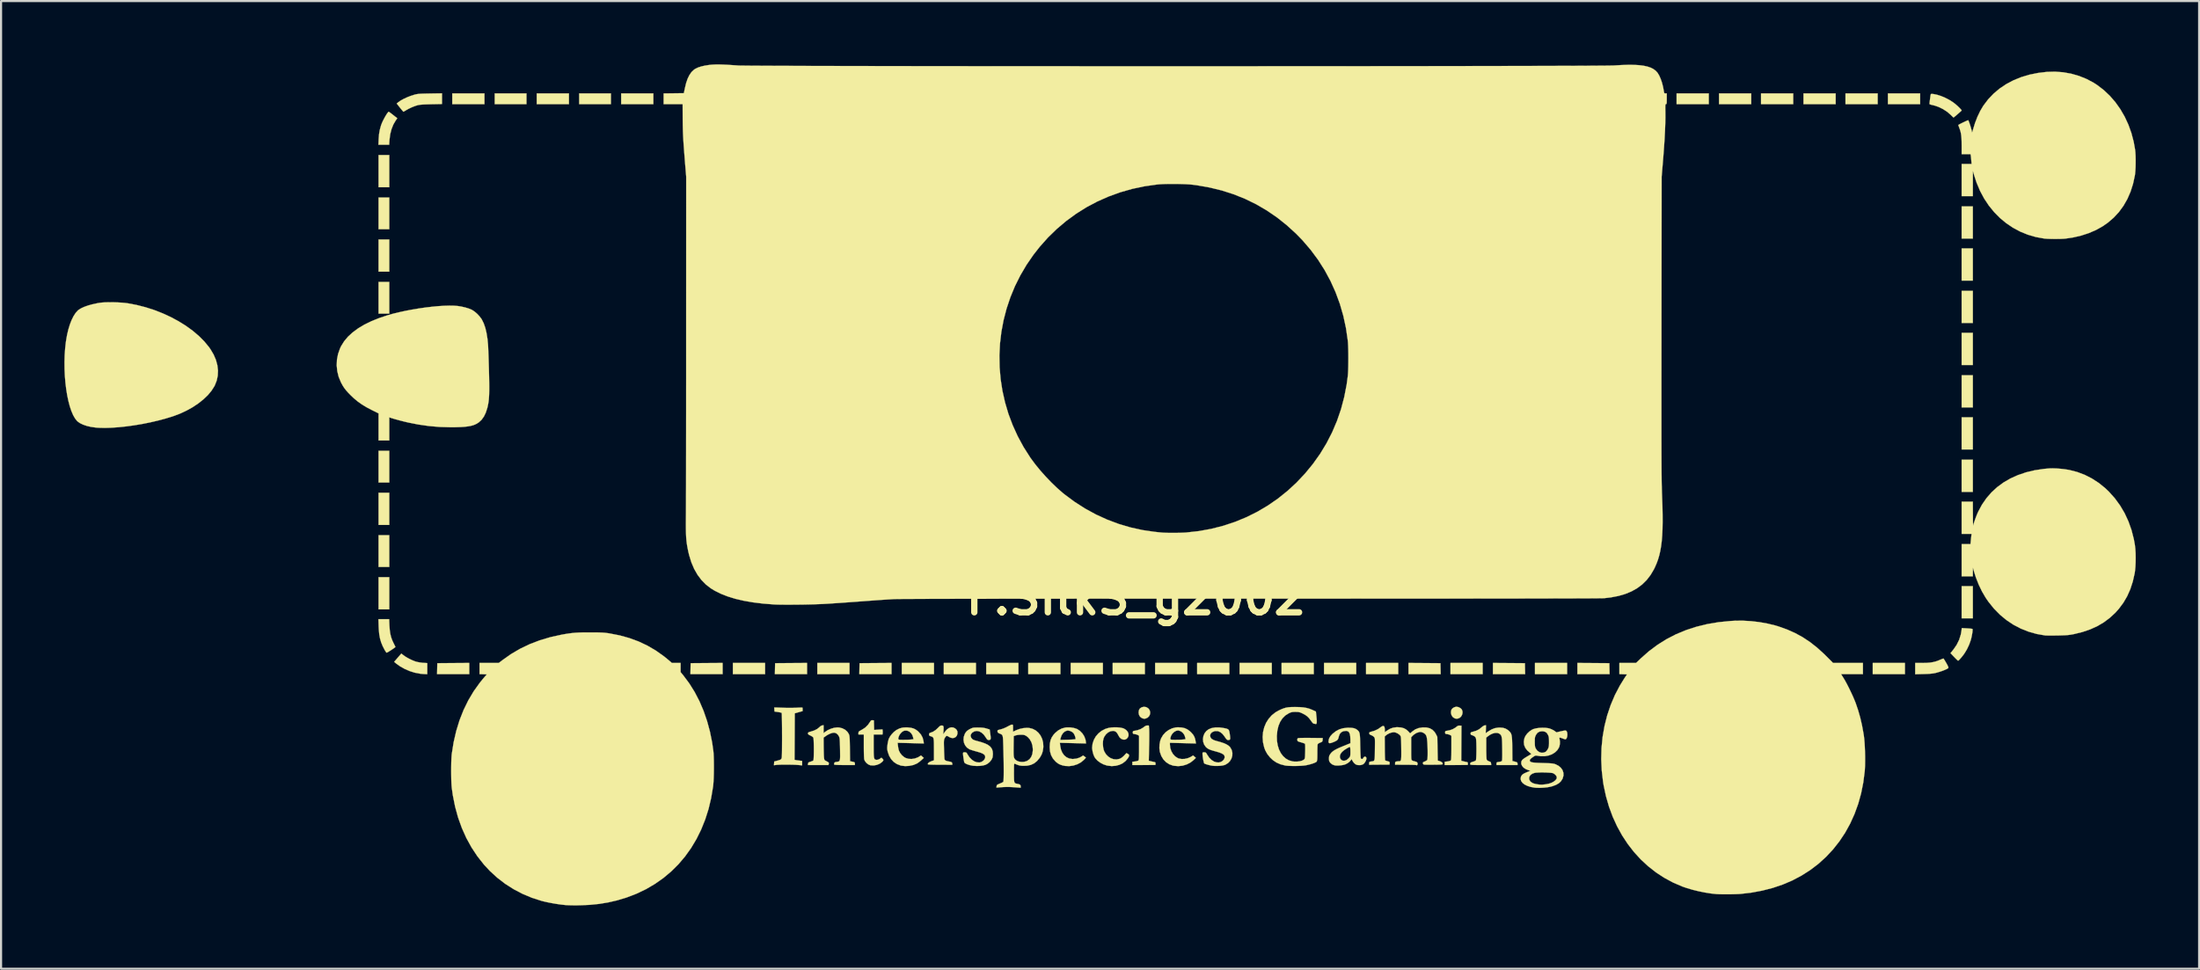
<source format=kicad_pcb>
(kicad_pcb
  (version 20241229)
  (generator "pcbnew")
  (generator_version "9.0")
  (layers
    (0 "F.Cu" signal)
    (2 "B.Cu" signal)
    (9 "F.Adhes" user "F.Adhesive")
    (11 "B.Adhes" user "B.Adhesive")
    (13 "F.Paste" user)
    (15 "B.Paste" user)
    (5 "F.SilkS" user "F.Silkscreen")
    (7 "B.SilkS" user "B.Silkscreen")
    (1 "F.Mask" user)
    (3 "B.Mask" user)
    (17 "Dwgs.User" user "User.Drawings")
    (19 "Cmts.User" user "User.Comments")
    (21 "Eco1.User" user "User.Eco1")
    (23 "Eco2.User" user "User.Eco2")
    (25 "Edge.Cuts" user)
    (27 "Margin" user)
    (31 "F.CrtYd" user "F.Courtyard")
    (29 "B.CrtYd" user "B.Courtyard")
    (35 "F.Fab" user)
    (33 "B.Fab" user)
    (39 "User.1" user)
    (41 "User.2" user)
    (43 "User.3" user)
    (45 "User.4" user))
  (footprint "F.SilkS_g2002"
    (layer "F.Cu")
    (at 50.76 25.273)
    (property "Reference" "F.SilkS_g2002" (at 0 0 0) (layer "F.SilkS") (effects (font (size 1.524 1.524) (thickness 0.3))))
    (attr through_hole)
    (fp_poly (pts (xy -35.37 -19.452) (xy -35.877 -19.452) (xy -35.877 -20.976) (xy -35.37 -20.976) (xy -35.37 -19.452)) (stroke (width 0.01) (type solid)) (fill yes) (layer "F.SilkS"))
    (fp_poly (pts (xy -35.37 -17.462) (xy -35.877 -17.462) (xy -35.877 -18.965) (xy -35.37 -18.965) (xy -35.37 -17.462)) (stroke (width 0.01) (type solid)) (fill yes) (layer "F.SilkS"))
    (fp_poly (pts (xy -35.37 -15.452) (xy -35.877 -15.452) (xy -35.877 -16.976) (xy -35.37 -16.976) (xy -35.37 -15.452)) (stroke (width 0.01) (type solid)) (fill yes) (layer "F.SilkS"))
    (fp_poly (pts (xy -35.37 -13.462) (xy -35.877 -13.462) (xy -35.877 -14.965) (xy -35.37 -14.965) (xy -35.37 -13.462)) (stroke (width 0.01) (type solid)) (fill yes) (layer "F.SilkS"))
    (fp_poly (pts (xy -35.37 -5.461) (xy -35.877 -5.461) (xy -35.877 -6.964) (xy -35.37 -6.964) (xy -35.37 -5.461)) (stroke (width 0.01) (type solid)) (fill yes) (layer "F.SilkS"))
    (fp_poly (pts (xy -35.37 -3.45) (xy -35.877 -3.45) (xy -35.877 -4.974) (xy -35.37 -4.974) (xy -35.37 -3.45)) (stroke (width 0.01) (type solid)) (fill yes) (layer "F.SilkS"))
    (fp_poly (pts (xy -35.37 -1.46) (xy -35.877 -1.46) (xy -35.877 -2.963) (xy -35.37 -2.963) (xy -35.37 -1.46)) (stroke (width 0.01) (type solid)) (fill yes) (layer "F.SilkS"))
    (fp_poly (pts (xy -35.37 0.55) (xy -35.877 0.55) (xy -35.877 -0.974) (xy -35.37 -0.974) (xy -35.37 0.55)) (stroke (width 0.01) (type solid)) (fill yes) (layer "F.SilkS"))
    (fp_poly (pts (xy -30.861 -23.389) (xy -32.385 -23.389) (xy -32.385 -23.897) (xy -30.861 -23.897) (xy -30.861 -23.389)) (stroke (width 0.01) (type solid)) (fill yes) (layer "F.SilkS"))
    (fp_poly (pts (xy -28.871 -23.389) (xy -30.374 -23.389) (xy -30.374 -23.897) (xy -28.871 -23.897) (xy -28.871 -23.389)) (stroke (width 0.01) (type solid)) (fill yes) (layer "F.SilkS"))
    (fp_poly (pts (xy -26.86 -23.389) (xy -28.384 -23.389) (xy -28.384 -23.897) (xy -26.86 -23.897) (xy -26.86 -23.389)) (stroke (width 0.01) (type solid)) (fill yes) (layer "F.SilkS"))
    (fp_poly (pts (xy -24.871 -23.389) (xy -26.374 -23.389) (xy -26.374 -23.897) (xy -24.871 -23.897) (xy -24.871 -23.389)) (stroke (width 0.01) (type solid)) (fill yes) (layer "F.SilkS"))
    (fp_poly (pts (xy -22.86 -23.389) (xy -24.384 -23.389) (xy -24.384 -23.897) (xy -22.86 -23.897) (xy -22.86 -23.389)) (stroke (width 0.01) (type solid)) (fill yes) (layer "F.SilkS"))
    (fp_poly (pts (xy -17.568 3.619) (xy -19.092 3.619) (xy -19.092 3.09) (xy -17.568 3.09) (xy -17.568 3.619)) (stroke (width 0.01) (type solid)) (fill yes) (layer "F.SilkS"))
    (fp_poly (pts (xy -13.568 3.619) (xy -15.092 3.619) (xy -15.092 3.09) (xy -13.568 3.09) (xy -13.568 3.619)) (stroke (width 0.01) (type solid)) (fill yes) (layer "F.SilkS"))
    (fp_poly (pts (xy -9.567 3.619) (xy -11.091 3.619) (xy -11.091 3.09) (xy -9.567 3.09) (xy -9.567 3.619)) (stroke (width 0.01) (type solid)) (fill yes) (layer "F.SilkS"))
    (fp_poly (pts (xy -7.578 3.619) (xy -9.102 3.619) (xy -9.102 3.09) (xy -7.578 3.09) (xy -7.578 3.619)) (stroke (width 0.01) (type solid)) (fill yes) (layer "F.SilkS"))
    (fp_poly (pts (xy -5.567 3.619) (xy -7.091 3.619) (xy -7.091 3.09) (xy -5.567 3.09) (xy -5.567 3.619)) (stroke (width 0.01) (type solid)) (fill yes) (layer "F.SilkS"))
    (fp_poly (pts (xy -3.577 3.619) (xy -5.101 3.619) (xy -5.101 3.09) (xy -3.577 3.09) (xy -3.577 3.619)) (stroke (width 0.01) (type solid)) (fill yes) (layer "F.SilkS"))
    (fp_poly (pts (xy -1.566 3.619) (xy -3.09 3.619) (xy -3.09 3.09) (xy -1.566 3.09) (xy -1.566 3.619)) (stroke (width 0.01) (type solid)) (fill yes) (layer "F.SilkS"))
    (fp_poly (pts (xy 0.423 3.619) (xy -1.101 3.619) (xy -1.101 3.09) (xy 0.423 3.09) (xy 0.423 3.619)) (stroke (width 0.01) (type solid)) (fill yes) (layer "F.SilkS"))
    (fp_poly (pts (xy 2.434 3.619) (xy 0.91 3.619) (xy 0.91 3.09) (xy 2.434 3.09) (xy 2.434 3.619)) (stroke (width 0.01) (type solid)) (fill yes) (layer "F.SilkS"))
    (fp_poly (pts (xy 4.424 3.619) (xy 2.9 3.619) (xy 2.9 3.09) (xy 4.424 3.09) (xy 4.424 3.619)) (stroke (width 0.01) (type solid)) (fill yes) (layer "F.SilkS"))
    (fp_poly (pts (xy 6.435 3.619) (xy 4.911 3.619) (xy 4.911 3.09) (xy 6.435 3.09) (xy 6.435 3.619)) (stroke (width 0.01) (type solid)) (fill yes) (layer "F.SilkS"))
    (fp_poly (pts (xy 8.424 3.619) (xy 6.9 3.619) (xy 6.9 3.09) (xy 8.424 3.09) (xy 8.424 3.619)) (stroke (width 0.01) (type solid)) (fill yes) (layer "F.SilkS"))
    (fp_poly (pts (xy 10.435 3.619) (xy 8.911 3.619) (xy 8.911 3.09) (xy 10.435 3.09) (xy 10.435 3.619)) (stroke (width 0.01) (type solid)) (fill yes) (layer "F.SilkS"))
    (fp_poly (pts (xy 12.425 3.619) (xy 10.901 3.619) (xy 10.901 3.09) (xy 12.425 3.09) (xy 12.425 3.619)) (stroke (width 0.01) (type solid)) (fill yes) (layer "F.SilkS"))
    (fp_poly (pts (xy 16.425 3.619) (xy 14.901 3.619) (xy 14.901 3.09) (xy 16.425 3.09) (xy 16.425 3.619)) (stroke (width 0.01) (type solid)) (fill yes) (layer "F.SilkS"))
    (fp_poly (pts (xy 20.426 3.619) (xy 18.902 3.619) (xy 18.902 3.09) (xy 20.426 3.09) (xy 20.426 3.619)) (stroke (width 0.01) (type solid)) (fill yes) (layer "F.SilkS"))
    (fp_poly (pts (xy 27.136 -23.389) (xy 25.612 -23.389) (xy 25.612 -23.897) (xy 27.136 -23.897) (xy 27.136 -23.389)) (stroke (width 0.01) (type solid)) (fill yes) (layer "F.SilkS"))
    (fp_poly (pts (xy 29.146 -23.389) (xy 27.622 -23.389) (xy 27.622 -23.897) (xy 29.146 -23.897) (xy 29.146 -23.389)) (stroke (width 0.01) (type solid)) (fill yes) (layer "F.SilkS"))
    (fp_poly (pts (xy 31.136 -23.389) (xy 29.612 -23.389) (xy 29.612 -23.897) (xy 31.136 -23.897) (xy 31.136 -23.389)) (stroke (width 0.01) (type solid)) (fill yes) (layer "F.SilkS"))
    (fp_poly (pts (xy 33.147 -23.389) (xy 31.623 -23.389) (xy 31.623 -23.897) (xy 33.147 -23.897) (xy 33.147 -23.389)) (stroke (width 0.01) (type solid)) (fill yes) (layer "F.SilkS"))
    (fp_poly (pts (xy 35.137 -23.389) (xy 33.613 -23.389) (xy 33.613 -23.897) (xy 35.137 -23.897) (xy 35.137 -23.389)) (stroke (width 0.01) (type solid)) (fill yes) (layer "F.SilkS"))
    (fp_poly (pts (xy 36.428 3.619) (xy 34.904 3.619) (xy 34.904 3.09) (xy 36.428 3.09) (xy 36.428 3.619)) (stroke (width 0.01) (type solid)) (fill yes) (layer "F.SilkS"))
    (fp_poly (pts (xy 37.148 -23.389) (xy 35.623 -23.389) (xy 35.623 -23.897) (xy 37.148 -23.897) (xy 37.148 -23.389)) (stroke (width 0.01) (type solid)) (fill yes) (layer "F.SilkS"))
    (fp_poly (pts (xy 39.645 -17.018) (xy 39.116 -17.018) (xy 39.116 -18.542) (xy 39.645 -18.542) (xy 39.645 -17.018)) (stroke (width 0.01) (type solid)) (fill yes) (layer "F.SilkS"))
    (fp_poly (pts (xy 39.645 -15.028) (xy 39.116 -15.028) (xy 39.116 -16.552) (xy 39.645 -16.552) (xy 39.645 -15.028)) (stroke (width 0.01) (type solid)) (fill yes) (layer "F.SilkS"))
    (fp_poly (pts (xy 39.645 -13.018) (xy 39.116 -13.018) (xy 39.116 -14.541) (xy 39.645 -14.541) (xy 39.645 -13.018)) (stroke (width 0.01) (type solid)) (fill yes) (layer "F.SilkS"))
    (fp_poly (pts (xy 39.645 -11.028) (xy 39.116 -11.028) (xy 39.116 -12.552) (xy 39.645 -12.552) (xy 39.645 -11.028)) (stroke (width 0.01) (type solid)) (fill yes) (layer "F.SilkS"))
    (fp_poly (pts (xy 39.645 -9.017) (xy 39.116 -9.017) (xy 39.116 -10.541) (xy 39.645 -10.541) (xy 39.645 -9.017)) (stroke (width 0.01) (type solid)) (fill yes) (layer "F.SilkS"))
    (fp_poly (pts (xy 39.645 -7.027) (xy 39.116 -7.027) (xy 39.116 -8.551) (xy 39.645 -8.551) (xy 39.645 -7.027)) (stroke (width 0.01) (type solid)) (fill yes) (layer "F.SilkS"))
    (fp_poly (pts (xy 39.645 -5.016) (xy 39.116 -5.016) (xy 39.116 -6.54) (xy 39.645 -6.54) (xy 39.645 -5.016)) (stroke (width 0.01) (type solid)) (fill yes) (layer "F.SilkS"))
    (fp_poly (pts (xy 39.645 0.974) (xy 39.116 0.974) (xy 39.116 -0.55) (xy 39.645 -0.55) (xy 39.645 0.974)) (stroke (width 0.01) (type solid)) (fill yes) (layer "F.SilkS"))
    (fp_poly (pts (xy -31.581 3.619) (xy -33.106 3.619) (xy -33.094 3.101) (xy -32.337 3.095) (xy -31.581 3.09) (xy -31.581 3.619)) (stroke (width 0.01) (type solid)) (fill yes) (layer "F.SilkS"))
    (fp_poly (pts (xy -19.579 3.619) (xy -21.104 3.619) (xy -21.093 3.101) (xy -20.336 3.095) (xy -19.579 3.09) (xy -19.579 3.619)) (stroke (width 0.01) (type solid)) (fill yes) (layer "F.SilkS"))
    (fp_poly (pts (xy -15.579 3.619) (xy -17.104 3.619) (xy -17.092 3.101) (xy -16.335 3.095) (xy -15.579 3.09) (xy -15.579 3.619)) (stroke (width 0.01) (type solid)) (fill yes) (layer "F.SilkS"))
    (fp_poly (pts (xy -11.578 3.619) (xy -13.103 3.619) (xy -13.092 3.101) (xy -12.335 3.095) (xy -11.578 3.09) (xy -11.578 3.619)) (stroke (width 0.01) (type solid)) (fill yes) (layer "F.SilkS"))
    (fp_poly (pts (xy 13.668 3.095) (xy 14.425 3.101) (xy 14.437 3.619) (xy 12.912 3.619) (xy 12.912 3.09) (xy 13.668 3.095)) (stroke (width 0.01) (type solid)) (fill yes) (layer "F.SilkS"))
    (fp_poly (pts (xy 17.669 3.095) (xy 18.426 3.101) (xy 18.437 3.619) (xy 16.912 3.619) (xy 16.912 3.09) (xy 17.669 3.095)) (stroke (width 0.01) (type solid)) (fill yes) (layer "F.SilkS"))
    (fp_poly (pts (xy 21.669 3.095) (xy 22.426 3.101) (xy 22.438 3.619) (xy 20.913 3.619) (xy 20.913 3.09) (xy 21.669 3.095)) (stroke (width 0.01) (type solid)) (fill yes) (layer "F.SilkS"))
    (fp_poly (pts (xy 0.47 5.179) (xy 0.523 5.2) (xy 0.604 5.259) (xy 0.654 5.338) (xy 0.675 5.429) (xy 0.666 5.522) (xy 0.627 5.608) (xy 0.557 5.677) (xy 0.527 5.695) (xy 0.44 5.729) (xy 0.363 5.73) (xy 0.279 5.7) (xy 0.278 5.7) (xy 0.196 5.637) (xy 0.145 5.548) (xy 0.127 5.435) (xy 0.127 5.434) (xy 0.143 5.326) (xy 0.189 5.246) (xy 0.268 5.194) (xy 0.371 5.167) (xy 0.47 5.179)) (stroke (width 0.01) (type solid)) (fill yes) (layer "F.SilkS"))
    (fp_poly (pts (xy 15.28 5.182) (xy 15.37 5.229) (xy 15.427 5.281) (xy 15.465 5.362) (xy 15.472 5.455) (xy 15.449 5.549) (xy 15.4 5.633) (xy 15.328 5.695) (xy 15.323 5.697) (xy 15.23 5.731) (xy 15.141 5.726) (xy 15.076 5.701) (xy 14.999 5.642) (xy 14.947 5.556) (xy 14.923 5.457) (xy 14.93 5.355) (xy 14.953 5.293) (xy 15.002 5.236) (xy 15.077 5.191) (xy 15.159 5.167) (xy 15.186 5.165) (xy 15.28 5.182)) (stroke (width 0.01) (type solid)) (fill yes) (layer "F.SilkS"))
    (fp_poly (pts (xy -35.374 -23.016) (xy -35.326 -22.982) (xy -35.26 -22.932) (xy -35.185 -22.873) (xy -34.991 -22.719) (xy -35.06 -22.622) (xy -35.174 -22.429) (xy -35.263 -22.206) (xy -35.326 -21.961) (xy -35.36 -21.699) (xy -35.361 -21.684) (xy -35.376 -21.463) (xy -35.884 -21.463) (xy -35.871 -21.743) (xy -35.853 -21.973) (xy -35.817 -22.178) (xy -35.762 -22.376) (xy -35.744 -22.427) (xy -35.709 -22.514) (xy -35.663 -22.612) (xy -35.61 -22.714) (xy -35.555 -22.813) (xy -35.502 -22.901) (xy -35.454 -22.97) (xy -35.417 -23.015) (xy -35.396 -23.029) (xy -35.374 -23.016)) (stroke (width 0.01) (type solid)) (fill yes) (layer "F.SilkS"))
    (fp_poly (pts (xy -34.695 2.726) (xy -34.584 2.803) (xy -34.447 2.881) (xy -34.299 2.953) (xy -34.156 3.011) (xy -34.11 3.026) (xy -34.017 3.049) (xy -33.902 3.069) (xy -33.789 3.083) (xy -33.766 3.084) (xy -33.57 3.097) (xy -33.57 3.619) (xy -33.681 3.617) (xy -33.766 3.612) (xy -33.865 3.604) (xy -33.931 3.596) (xy -34.165 3.55) (xy -34.405 3.474) (xy -34.64 3.372) (xy -34.858 3.25) (xy -35.048 3.114) (xy -35.068 3.097) (xy -35.138 3.037) (xy -35.028 2.91) (xy -34.967 2.838) (xy -34.907 2.769) (xy -34.861 2.716) (xy -34.859 2.714) (xy -34.798 2.645) (xy -34.695 2.726)) (stroke (width 0.01) (type solid)) (fill yes) (layer "F.SilkS"))
    (fp_poly (pts (xy -35.363 1.318) (xy -35.348 1.527) (xy -35.322 1.707) (xy -35.283 1.867) (xy -35.227 2.021) (xy -35.173 2.137) (xy -35.134 2.216) (xy -35.102 2.28) (xy -35.082 2.321) (xy -35.078 2.33) (xy -35.092 2.346) (xy -35.133 2.378) (xy -35.195 2.422) (xy -35.266 2.47) (xy -35.341 2.518) (xy -35.409 2.56) (xy -35.462 2.59) (xy -35.492 2.603) (xy -35.494 2.603) (xy -35.514 2.586) (xy -35.547 2.541) (xy -35.586 2.477) (xy -35.591 2.468) (xy -35.685 2.285) (xy -35.757 2.108) (xy -35.809 1.926) (xy -35.845 1.73) (xy -35.865 1.509) (xy -35.872 1.371) (xy -35.883 1.016) (xy -35.376 1.016) (xy -35.363 1.318)) (stroke (width 0.01) (type solid)) (fill yes) (layer "F.SilkS"))
    (fp_poly (pts (xy 39.368 1.451) (xy 39.466 1.458) (xy 39.548 1.465) (xy 39.605 1.473) (xy 39.628 1.479) (xy 39.634 1.508) (xy 39.632 1.57) (xy 39.622 1.655) (xy 39.605 1.755) (xy 39.584 1.861) (xy 39.559 1.964) (xy 39.548 2.005) (xy 39.47 2.224) (xy 39.365 2.445) (xy 39.248 2.638) (xy 39.196 2.71) (xy 39.137 2.786) (xy 39.076 2.859) (xy 39.019 2.922) (xy 38.975 2.966) (xy 38.949 2.984) (xy 38.948 2.985) (xy 38.927 2.97) (xy 38.885 2.931) (xy 38.825 2.873) (xy 38.759 2.805) (xy 38.587 2.626) (xy 38.724 2.456) (xy 38.88 2.231) (xy 38.998 1.99) (xy 39.077 1.737) (xy 39.108 1.56) (xy 39.122 1.437) (xy 39.368 1.451)) (stroke (width 0.01) (type solid)) (fill yes) (layer "F.SilkS"))
    (fp_poly (pts (xy 38.267 2.896) (xy 38.298 2.943) (xy 38.34 3.012) (xy 38.386 3.091) (xy 38.44 3.188) (xy 38.473 3.256) (xy 38.488 3.3) (xy 38.486 3.326) (xy 38.483 3.331) (xy 38.446 3.358) (xy 38.377 3.393) (xy 38.284 3.433) (xy 38.175 3.474) (xy 38.06 3.512) (xy 37.946 3.546) (xy 37.931 3.55) (xy 37.849 3.57) (xy 37.769 3.585) (xy 37.683 3.595) (xy 37.581 3.604) (xy 37.454 3.61) (xy 37.322 3.614) (xy 36.915 3.625) (xy 36.915 3.09) (xy 37.244 3.09) (xy 37.444 3.087) (xy 37.612 3.074) (xy 37.76 3.051) (xy 37.897 3.016) (xy 38.033 2.966) (xy 38.069 2.951) (xy 38.147 2.919) (xy 38.209 2.894) (xy 38.246 2.88) (xy 38.252 2.879) (xy 38.267 2.896)) (stroke (width 0.01) (type solid)) (fill yes) (layer "F.SilkS"))
    (fp_poly (pts (xy -32.872 -23.394) (xy -33.385 -23.384) (xy -33.566 -23.379) (xy -33.71 -23.374) (xy -33.824 -23.367) (xy -33.913 -23.359) (xy -33.983 -23.348) (xy -34.036 -23.336) (xy -34.169 -23.293) (xy -34.317 -23.233) (xy -34.462 -23.164) (xy -34.585 -23.094) (xy -34.588 -23.092) (xy -34.644 -23.057) (xy -34.684 -23.035) (xy -34.697 -23.029) (xy -34.715 -23.045) (xy -34.752 -23.087) (xy -34.805 -23.15) (xy -34.864 -23.223) (xy -35.018 -23.417) (xy -34.951 -23.473) (xy -34.839 -23.553) (xy -34.694 -23.634) (xy -34.527 -23.712) (xy -34.348 -23.782) (xy -34.167 -23.839) (xy -34.112 -23.852) (xy -34.056 -23.863) (xy -33.992 -23.872) (xy -33.915 -23.878) (xy -33.818 -23.883) (xy -33.694 -23.887) (xy -33.538 -23.89) (xy -33.438 -23.892) (xy -32.872 -23.901) (xy -32.872 -23.394)) (stroke (width 0.01) (type solid)) (fill yes) (layer "F.SilkS"))
    (fp_poly (pts (xy 37.772 -23.868) (xy 37.947 -23.834) (xy 38.139 -23.773) (xy 38.336 -23.69) (xy 38.529 -23.59) (xy 38.705 -23.479) (xy 38.809 -23.399) (xy 38.889 -23.33) (xy 38.965 -23.259) (xy 39.032 -23.193) (xy 39.083 -23.137) (xy 39.112 -23.099) (xy 39.116 -23.088) (xy 39.101 -23.072) (xy 39.061 -23.035) (xy 39.005 -22.985) (xy 38.939 -22.927) (xy 38.871 -22.868) (xy 38.809 -22.816) (xy 38.761 -22.776) (xy 38.734 -22.756) (xy 38.731 -22.754) (xy 38.714 -22.768) (xy 38.674 -22.805) (xy 38.621 -22.858) (xy 38.607 -22.872) (xy 38.431 -23.025) (xy 38.227 -23.157) (xy 38.007 -23.263) (xy 37.781 -23.335) (xy 37.724 -23.348) (xy 37.654 -23.365) (xy 37.606 -23.384) (xy 37.592 -23.399) (xy 37.595 -23.436) (xy 37.602 -23.502) (xy 37.612 -23.585) (xy 37.623 -23.673) (xy 37.634 -23.753) (xy 37.643 -23.812) (xy 37.647 -23.831) (xy 37.656 -23.86) (xy 37.675 -23.873) (xy 37.716 -23.874) (xy 37.772 -23.868)) (stroke (width 0.01) (type solid)) (fill yes) (layer "F.SilkS"))
    (fp_poly (pts (xy 15.34 6.058) (xy 15.42 6.064) (xy 15.411 7.725) (xy 15.489 7.745) (xy 15.568 7.764) (xy 15.647 7.78) (xy 15.649 7.78) (xy 15.701 7.793) (xy 15.722 7.812) (xy 15.723 7.852) (xy 15.723 7.86) (xy 15.716 7.925) (xy 14.626 7.927) (xy 14.626 7.85) (xy 14.626 7.772) (xy 14.754 7.758) (xy 14.828 7.745) (xy 14.887 7.726) (xy 14.913 7.712) (xy 14.922 7.696) (xy 14.93 7.667) (xy 14.935 7.62) (xy 14.939 7.55) (xy 14.942 7.453) (xy 14.943 7.324) (xy 14.944 7.159) (xy 14.944 7.111) (xy 14.944 6.541) (xy 14.89 6.507) (xy 14.835 6.482) (xy 14.764 6.464) (xy 14.742 6.461) (xy 14.684 6.452) (xy 14.656 6.437) (xy 14.648 6.407) (xy 14.647 6.382) (xy 14.65 6.34) (xy 14.666 6.319) (xy 14.705 6.307) (xy 14.748 6.302) (xy 14.888 6.272) (xy 15.025 6.219) (xy 15.143 6.15) (xy 15.172 6.126) (xy 15.232 6.08) (xy 15.281 6.06) (xy 15.336 6.057) (xy 15.34 6.058)) (stroke (width 0.01) (type solid)) (fill yes) (layer "F.SilkS"))
    (fp_poly (pts (xy 0.625 6.204) (xy 0.628 6.263) (xy 0.63 6.357) (xy 0.631 6.481) (xy 0.63 6.627) (xy 0.629 6.789) (xy 0.626 6.961) (xy 0.624 7.039) (xy 0.609 7.723) (xy 0.691 7.744) (xy 0.77 7.763) (xy 0.849 7.779) (xy 0.853 7.78) (xy 0.905 7.793) (xy 0.926 7.812) (xy 0.928 7.852) (xy 0.927 7.86) (xy 0.921 7.925) (xy -0.169 7.927) (xy -0.169 7.85) (xy -0.169 7.772) (xy -0.042 7.758) (xy 0.032 7.745) (xy 0.091 7.726) (xy 0.117 7.712) (xy 0.127 7.696) (xy 0.134 7.667) (xy 0.14 7.62) (xy 0.144 7.55) (xy 0.146 7.453) (xy 0.148 7.324) (xy 0.148 7.159) (xy 0.148 7.111) (xy 0.148 6.541) (xy 0.095 6.507) (xy 0.04 6.482) (xy -0.032 6.464) (xy -0.053 6.461) (xy -0.112 6.452) (xy -0.139 6.437) (xy -0.148 6.407) (xy -0.148 6.382) (xy -0.145 6.34) (xy -0.13 6.319) (xy -0.091 6.307) (xy -0.047 6.302) (xy 0.09 6.272) (xy 0.226 6.221) (xy 0.343 6.153) (xy 0.375 6.128) (xy 0.448 6.076) (xy 0.512 6.055) (xy 0.536 6.054) (xy 0.61 6.054) (xy 0.625 6.204)) (stroke (width 0.01) (type solid)) (fill yes) (layer "F.SilkS"))
    (fp_poly (pts (xy -12.48 5.804) (xy -12.414 5.81) (xy -12.408 6.037) (xy -12.402 6.264) (xy -12.205 6.251) (xy -12.007 6.238) (xy -11.999 6.299) (xy -11.995 6.368) (xy -11.998 6.419) (xy -12.004 6.477) (xy -12.425 6.477) (xy -12.425 7.018) (xy -12.424 7.196) (xy -12.423 7.336) (xy -12.419 7.444) (xy -12.413 7.525) (xy -12.404 7.582) (xy -12.391 7.622) (xy -12.375 7.648) (xy -12.354 7.667) (xy -12.353 7.667) (xy -12.296 7.683) (xy -12.222 7.675) (xy -12.148 7.644) (xy -12.129 7.631) (xy -12.057 7.578) (xy -12.008 7.624) (xy -11.971 7.666) (xy -11.964 7.702) (xy -11.989 7.743) (xy -12.028 7.784) (xy -12.141 7.866) (xy -12.276 7.921) (xy -12.422 7.947) (xy -12.566 7.94) (xy -12.59 7.935) (xy -12.682 7.895) (xy -12.768 7.826) (xy -12.836 7.741) (xy -12.868 7.669) (xy -12.875 7.623) (xy -12.88 7.54) (xy -12.885 7.426) (xy -12.888 7.286) (xy -12.89 7.125) (xy -12.89 7.033) (xy -12.89 6.477) (xy -13.145 6.477) (xy -13.144 6.408) (xy -13.141 6.373) (xy -13.128 6.346) (xy -13.097 6.319) (xy -13.041 6.286) (xy -12.983 6.255) (xy -12.822 6.151) (xy -12.692 6.021) (xy -12.6 5.888) (xy -12.564 5.834) (xy -12.534 5.808) (xy -12.496 5.803) (xy -12.48 5.804)) (stroke (width 0.01) (type solid)) (fill yes) (layer "F.SilkS"))
    (fp_poly (pts (xy -0.877 6.142) (xy -0.742 6.155) (xy -0.627 6.179) (xy -0.565 6.201) (xy -0.462 6.268) (xy -0.39 6.35) (xy -0.352 6.442) (xy -0.351 6.537) (xy -0.375 6.604) (xy -0.434 6.679) (xy -0.513 6.72) (xy -0.603 6.722) (xy -0.701 6.683) (xy -0.781 6.607) (xy -0.837 6.508) (xy -0.895 6.406) (xy -0.961 6.342) (xy -1.043 6.311) (xy -1.094 6.308) (xy -1.21 6.328) (xy -1.32 6.384) (xy -1.418 6.471) (xy -1.497 6.581) (xy -1.536 6.673) (xy -1.56 6.79) (xy -1.566 6.929) (xy -1.555 7.073) (xy -1.527 7.206) (xy -1.499 7.283) (xy -1.418 7.417) (xy -1.313 7.525) (xy -1.192 7.604) (xy -1.059 7.65) (xy -0.922 7.662) (xy -0.786 7.636) (xy -0.742 7.619) (xy -0.677 7.58) (xy -0.604 7.521) (xy -0.55 7.469) (xy -0.451 7.362) (xy -0.384 7.396) (xy -0.337 7.429) (xy -0.321 7.469) (xy -0.335 7.524) (xy -0.377 7.6) (xy -0.486 7.733) (xy -0.623 7.839) (xy -0.783 7.916) (xy -0.96 7.963) (xy -1.148 7.977) (xy -1.342 7.955) (xy -1.384 7.946) (xy -1.542 7.893) (xy -1.69 7.815) (xy -1.82 7.718) (xy -1.922 7.608) (xy -1.97 7.532) (xy -2.017 7.415) (xy -2.053 7.28) (xy -2.072 7.149) (xy -2.074 7.102) (xy -2.053 6.913) (xy -1.993 6.734) (xy -1.9 6.57) (xy -1.776 6.427) (xy -1.626 6.307) (xy -1.454 6.217) (xy -1.296 6.168) (xy -1.166 6.148) (xy -1.023 6.139) (xy -0.877 6.142)) (stroke (width 0.01) (type solid)) (fill yes) (layer "F.SilkS"))
    (fp_poly (pts (xy -17.053 5.201) (xy -16.967 5.204) (xy -16.859 5.208) (xy -16.742 5.212) (xy -16.593 5.217) (xy -16.433 5.219) (xy -16.279 5.218) (xy -16.144 5.215) (xy -16.083 5.212) (xy -15.98 5.207) (xy -15.893 5.203) (xy -15.83 5.203) (xy -15.801 5.204) (xy -15.799 5.205) (xy -15.793 5.23) (xy -15.79 5.28) (xy -15.79 5.292) (xy -15.79 5.371) (xy -15.976 5.423) (xy -16.161 5.476) (xy -16.166 6.577) (xy -16.172 7.679) (xy -16.124 7.69) (xy -16.077 7.699) (xy -16.006 7.709) (xy -15.944 7.717) (xy -15.812 7.731) (xy -15.812 7.942) (xy -16.007 7.924) (xy -16.105 7.917) (xy -16.228 7.912) (xy -16.369 7.909) (xy -16.517 7.907) (xy -16.665 7.907) (xy -16.802 7.909) (xy -16.92 7.913) (xy -17.011 7.918) (xy -17.046 7.922) (xy -17.147 7.937) (xy -17.141 7.849) (xy -17.134 7.761) (xy -16.986 7.72) (xy -16.896 7.694) (xy -16.838 7.671) (xy -16.805 7.646) (xy -16.787 7.613) (xy -16.778 7.576) (xy -16.774 7.538) (xy -16.771 7.463) (xy -16.768 7.359) (xy -16.766 7.228) (xy -16.765 7.077) (xy -16.764 6.91) (xy -16.763 6.733) (xy -16.763 6.549) (xy -16.764 6.365) (xy -16.764 6.185) (xy -16.766 6.014) (xy -16.768 5.857) (xy -16.77 5.719) (xy -16.772 5.605) (xy -16.775 5.52) (xy -16.779 5.469) (xy -16.781 5.456) (xy -16.811 5.444) (xy -16.87 5.429) (xy -16.948 5.416) (xy -16.961 5.414) (xy -17.12 5.392) (xy -17.128 5.298) (xy -17.131 5.241) (xy -17.132 5.205) (xy -17.131 5.2) (xy -17.11 5.2) (xy -17.053 5.201)) (stroke (width 0.01) (type solid)) (fill yes) (layer "F.SilkS"))
    (fp_poly (pts (xy 2.163 6.148) (xy 2.308 6.179) (xy 2.434 6.236) (xy 2.553 6.323) (xy 2.616 6.381) (xy 2.703 6.479) (xy 2.763 6.577) (xy 2.804 6.69) (xy 2.828 6.813) (xy 2.842 6.905) (xy 1.609 6.873) (xy 1.609 6.957) (xy 1.626 7.116) (xy 1.676 7.267) (xy 1.752 7.401) (xy 1.852 7.512) (xy 1.971 7.592) (xy 2.03 7.617) (xy 2.16 7.641) (xy 2.305 7.637) (xy 2.452 7.604) (xy 2.588 7.547) (xy 2.619 7.528) (xy 2.709 7.472) (xy 2.774 7.53) (xy 2.839 7.588) (xy 2.747 7.677) (xy 2.588 7.804) (xy 2.407 7.898) (xy 2.212 7.957) (xy 2.01 7.979) (xy 1.808 7.963) (xy 1.746 7.95) (xy 1.574 7.887) (xy 1.425 7.789) (xy 1.3 7.659) (xy 1.204 7.501) (xy 1.138 7.318) (xy 1.131 7.288) (xy 1.111 7.127) (xy 1.118 6.952) (xy 1.15 6.783) (xy 1.186 6.682) (xy 1.629 6.682) (xy 1.64 6.709) (xy 1.672 6.724) (xy 1.733 6.73) (xy 1.827 6.731) (xy 1.891 6.731) (xy 2.003 6.73) (xy 2.11 6.727) (xy 2.198 6.722) (xy 2.252 6.717) (xy 2.35 6.704) (xy 2.337 6.628) (xy 2.299 6.511) (xy 2.234 6.411) (xy 2.149 6.34) (xy 2.131 6.331) (xy 2.067 6.304) (xy 2.01 6.288) (xy 1.993 6.287) (xy 1.902 6.306) (xy 1.812 6.357) (xy 1.732 6.433) (xy 1.673 6.524) (xy 1.652 6.577) (xy 1.635 6.639) (xy 1.629 6.682) (xy 1.186 6.682) (xy 1.192 6.665) (xy 1.283 6.51) (xy 1.405 6.375) (xy 1.551 6.267) (xy 1.714 6.189) (xy 1.887 6.145) (xy 1.991 6.138) (xy 2.163 6.148)) (stroke (width 0.01) (type solid)) (fill yes) (layer "F.SilkS"))
    (fp_poly (pts (xy -3.106 6.145) (xy -2.946 6.169) (xy -2.807 6.212) (xy -2.783 6.223) (xy -2.652 6.309) (xy -2.538 6.426) (xy -2.449 6.564) (xy -2.392 6.715) (xy -2.377 6.795) (xy -2.364 6.904) (xy -3.604 6.873) (xy -3.589 7.006) (xy -3.553 7.187) (xy -3.489 7.341) (xy -3.4 7.466) (xy -3.288 7.559) (xy -3.156 7.618) (xy -3.005 7.641) (xy -2.993 7.641) (xy -2.822 7.624) (xy -2.667 7.574) (xy -2.582 7.527) (xy -2.501 7.474) (xy -2.441 7.519) (xy -2.399 7.551) (xy -2.373 7.57) (xy -2.372 7.572) (xy -2.381 7.589) (xy -2.413 7.628) (xy -2.462 7.68) (xy -2.467 7.685) (xy -2.61 7.802) (xy -2.778 7.891) (xy -2.963 7.951) (xy -3.156 7.978) (xy -3.349 7.97) (xy -3.466 7.947) (xy -3.586 7.908) (xy -3.683 7.858) (xy -3.777 7.786) (xy -3.805 7.761) (xy -3.93 7.621) (xy -4.017 7.462) (xy -4.069 7.284) (xy -4.085 7.086) (xy -4.075 6.904) (xy -4.043 6.75) (xy -4.037 6.736) (xy -3.583 6.736) (xy -3.232 6.728) (xy -3.114 6.724) (xy -3.011 6.719) (xy -2.93 6.713) (xy -2.879 6.707) (xy -2.865 6.703) (xy -2.859 6.672) (xy -2.869 6.615) (xy -2.89 6.546) (xy -2.92 6.478) (xy -2.953 6.422) (xy -2.954 6.421) (xy -3.02 6.36) (xy -3.108 6.315) (xy -3.2 6.293) (xy -3.263 6.295) (xy -3.363 6.335) (xy -3.45 6.41) (xy -3.519 6.513) (xy -3.563 6.635) (xy -3.568 6.655) (xy -3.583 6.736) (xy -4.037 6.736) (xy -3.987 6.616) (xy -3.902 6.491) (xy -3.829 6.41) (xy -3.679 6.284) (xy -3.515 6.197) (xy -3.339 6.15) (xy -3.273 6.143) (xy -3.106 6.145)) (stroke (width 0.01) (type solid)) (fill yes) (layer "F.SilkS"))
    (fp_poly (pts (xy -10.817 6.145) (xy -10.668 6.161) (xy -10.548 6.19) (xy -10.447 6.237) (xy -10.351 6.305) (xy -10.307 6.343) (xy -10.185 6.481) (xy -10.104 6.631) (xy -10.063 6.791) (xy -10.048 6.905) (xy -10.668 6.889) (xy -11.288 6.873) (xy -11.274 7.011) (xy -11.261 7.102) (xy -11.242 7.194) (xy -11.227 7.245) (xy -11.172 7.354) (xy -11.089 7.459) (xy -10.988 7.546) (xy -10.912 7.591) (xy -10.778 7.632) (xy -10.63 7.64) (xy -10.478 7.618) (xy -10.334 7.566) (xy -10.264 7.526) (xy -10.182 7.472) (xy -10.116 7.531) (xy -10.049 7.59) (xy -10.171 7.701) (xy -10.247 7.765) (xy -10.327 7.824) (xy -10.395 7.865) (xy -10.561 7.929) (xy -10.744 7.967) (xy -10.932 7.977) (xy -11.108 7.957) (xy -11.15 7.947) (xy -11.325 7.879) (xy -11.474 7.779) (xy -11.597 7.646) (xy -11.692 7.484) (xy -11.758 7.293) (xy -11.778 7.196) (xy -11.782 7.115) (xy -11.774 7.008) (xy -11.758 6.891) (xy -11.734 6.777) (xy -11.706 6.686) (xy -11.705 6.683) (xy -11.261 6.683) (xy -11.25 6.709) (xy -11.218 6.724) (xy -11.157 6.73) (xy -11.063 6.731) (xy -10.999 6.731) (xy -10.887 6.73) (xy -10.78 6.727) (xy -10.692 6.722) (xy -10.637 6.717) (xy -10.537 6.704) (xy -10.552 6.628) (xy -10.591 6.507) (xy -10.656 6.409) (xy -10.74 6.338) (xy -10.838 6.298) (xy -10.943 6.295) (xy -10.994 6.307) (xy -11.069 6.349) (xy -11.143 6.42) (xy -11.203 6.505) (xy -11.236 6.58) (xy -11.254 6.641) (xy -11.261 6.683) (xy -11.705 6.683) (xy -11.651 6.579) (xy -11.568 6.467) (xy -11.469 6.363) (xy -11.363 6.279) (xy -11.346 6.268) (xy -11.197 6.193) (xy -11.043 6.152) (xy -10.872 6.142) (xy -10.817 6.145)) (stroke (width 0.01) (type solid)) (fill yes) (layer "F.SilkS"))
    (fp_poly (pts (xy -48.44 -14) (xy -48.244 -13.994) (xy -48.055 -13.983) (xy -47.883 -13.968) (xy -47.763 -13.953) (xy -47.335 -13.872) (xy -46.913 -13.764) (xy -46.498 -13.631) (xy -46.096 -13.473) (xy -45.709 -13.294) (xy -45.341 -13.095) (xy -44.995 -12.879) (xy -44.675 -12.646) (xy -44.386 -12.4) (xy -44.129 -12.142) (xy -43.909 -11.874) (xy -43.837 -11.771) (xy -43.69 -11.522) (xy -43.582 -11.27) (xy -43.514 -11.018) (xy -43.484 -10.769) (xy -43.495 -10.525) (xy -43.545 -10.288) (xy -43.635 -10.06) (xy -43.66 -10.013) (xy -43.796 -9.802) (xy -43.97 -9.595) (xy -44.18 -9.395) (xy -44.42 -9.205) (xy -44.686 -9.028) (xy -44.976 -8.867) (xy -45.285 -8.723) (xy -45.61 -8.601) (xy -45.634 -8.593) (xy -45.974 -8.489) (xy -46.332 -8.394) (xy -46.702 -8.308) (xy -47.079 -8.233) (xy -47.455 -8.17) (xy -47.826 -8.119) (xy -48.185 -8.081) (xy -48.527 -8.057) (xy -48.845 -8.047) (xy -49.134 -8.054) (xy -49.278 -8.065) (xy -49.495 -8.095) (xy -49.695 -8.141) (xy -49.873 -8.202) (xy -50.023 -8.274) (xy -50.139 -8.357) (xy -50.158 -8.375) (xy -50.255 -8.496) (xy -50.346 -8.655) (xy -50.429 -8.849) (xy -50.504 -9.073) (xy -50.57 -9.323) (xy -50.627 -9.596) (xy -50.674 -9.888) (xy -50.711 -10.195) (xy -50.737 -10.513) (xy -50.752 -10.839) (xy -50.755 -11.167) (xy -50.746 -11.496) (xy -50.723 -11.82) (xy -50.687 -12.137) (xy -50.682 -12.171) (xy -50.634 -12.449) (xy -50.573 -12.709) (xy -50.5 -12.948) (xy -50.416 -13.163) (xy -50.324 -13.347) (xy -50.225 -13.499) (xy -50.12 -13.614) (xy -50.088 -13.641) (xy -49.972 -13.713) (xy -49.82 -13.783) (xy -49.638 -13.848) (xy -49.431 -13.905) (xy -49.207 -13.954) (xy -49.096 -13.973) (xy -48.971 -13.988) (xy -48.813 -13.997) (xy -48.633 -14.001) (xy -48.44 -14)) (stroke (width 0.01) (type solid)) (fill yes) (layer "F.SilkS"))
    (fp_poly (pts (xy -9.158 6.058) (xy -9.13 6.075) (xy -9.115 6.111) (xy -9.11 6.174) (xy -9.114 6.27) (xy -9.116 6.303) (xy -9.127 6.466) (xy -9.053 6.36) (xy -8.96 6.249) (xy -8.862 6.176) (xy -8.761 6.141) (xy -8.661 6.146) (xy -8.571 6.187) (xy -8.495 6.254) (xy -8.457 6.334) (xy -8.453 6.431) (xy -8.48 6.528) (xy -8.535 6.598) (xy -8.612 6.639) (xy -8.702 6.649) (xy -8.799 6.623) (xy -8.854 6.592) (xy -8.91 6.56) (xy -8.958 6.545) (xy -8.97 6.544) (xy -9 6.566) (xy -9.036 6.614) (xy -9.055 6.646) (xy -9.071 6.68) (xy -9.083 6.712) (xy -9.091 6.749) (xy -9.096 6.797) (xy -9.098 6.864) (xy -9.097 6.955) (xy -9.094 7.078) (xy -9.091 7.176) (xy -9.087 7.309) (xy -9.082 7.431) (xy -9.078 7.533) (xy -9.073 7.608) (xy -9.07 7.65) (xy -9.069 7.653) (xy -9.043 7.697) (xy -8.983 7.73) (xy -8.885 7.754) (xy -8.856 7.759) (xy -8.772 7.775) (xy -8.724 7.8) (xy -8.702 7.836) (xy -8.7 7.865) (xy -8.7 7.915) (xy -9.271 7.914) (xy -9.422 7.913) (xy -9.559 7.911) (xy -9.677 7.908) (xy -9.768 7.904) (xy -9.829 7.899) (xy -9.854 7.894) (xy -9.854 7.894) (xy -9.856 7.856) (xy -9.82 7.814) (xy -9.751 7.772) (xy -9.695 7.749) (xy -9.567 7.702) (xy -9.567 7.19) (xy -9.568 7.018) (xy -9.569 6.883) (xy -9.573 6.781) (xy -9.581 6.706) (xy -9.593 6.653) (xy -9.612 6.618) (xy -9.637 6.595) (xy -9.671 6.578) (xy -9.714 6.565) (xy -9.769 6.544) (xy -9.794 6.52) (xy -9.8 6.479) (xy -9.8 6.477) (xy -9.792 6.429) (xy -9.759 6.405) (xy -9.742 6.4) (xy -9.613 6.351) (xy -9.485 6.267) (xy -9.382 6.171) (xy -9.321 6.109) (xy -9.277 6.073) (xy -9.237 6.057) (xy -9.201 6.054) (xy -9.158 6.058)) (stroke (width 0.01) (type solid)) (fill yes) (layer "F.SilkS"))
    (fp_poly (pts (xy -32.295 -13.837) (xy -32.119 -13.823) (xy -31.944 -13.794) (xy -31.771 -13.754) (xy -31.613 -13.707) (xy -31.482 -13.654) (xy -31.444 -13.635) (xy -31.331 -13.561) (xy -31.213 -13.46) (xy -31.103 -13.344) (xy -31.012 -13.226) (xy -30.988 -13.189) (xy -30.897 -13.006) (xy -30.822 -12.792) (xy -30.763 -12.544) (xy -30.718 -12.26) (xy -30.693 -12.002) (xy -30.688 -11.925) (xy -30.683 -11.812) (xy -30.677 -11.667) (xy -30.67 -11.498) (xy -30.664 -11.309) (xy -30.658 -11.107) (xy -30.652 -10.897) (xy -30.648 -10.742) (xy -30.641 -10.456) (xy -30.637 -10.209) (xy -30.635 -9.995) (xy -30.636 -9.811) (xy -30.639 -9.651) (xy -30.646 -9.513) (xy -30.655 -9.391) (xy -30.668 -9.281) (xy -30.685 -9.179) (xy -30.705 -9.081) (xy -30.723 -9.004) (xy -30.795 -8.777) (xy -30.887 -8.586) (xy -30.999 -8.43) (xy -31.133 -8.307) (xy -31.271 -8.224) (xy -31.374 -8.181) (xy -31.493 -8.147) (xy -31.633 -8.121) (xy -31.797 -8.101) (xy -31.99 -8.088) (xy -32.217 -8.081) (xy -32.459 -8.079) (xy -32.98 -8.093) (xy -33.487 -8.136) (xy -33.995 -8.209) (xy -34.459 -8.3) (xy -34.577 -8.327) (xy -34.711 -8.36) (xy -34.852 -8.396) (xy -34.991 -8.434) (xy -35.119 -8.469) (xy -35.226 -8.501) (xy -35.304 -8.526) (xy -35.322 -8.532) (xy -35.37 -8.55) (xy -35.37 -7.451) (xy -35.877 -7.451) (xy -35.877 -8.736) (xy -36.179 -8.885) (xy -36.435 -9.019) (xy -36.659 -9.154) (xy -36.859 -9.295) (xy -37.045 -9.45) (xy -37.191 -9.588) (xy -37.317 -9.717) (xy -37.417 -9.829) (xy -37.498 -9.934) (xy -37.569 -10.042) (xy -37.636 -10.163) (xy -37.663 -10.215) (xy -37.768 -10.471) (xy -37.833 -10.737) (xy -37.86 -11.009) (xy -37.848 -11.282) (xy -37.796 -11.55) (xy -37.705 -11.808) (xy -37.654 -11.917) (xy -37.51 -12.149) (xy -37.327 -12.368) (xy -37.105 -12.573) (xy -36.843 -12.766) (xy -36.543 -12.945) (xy -36.206 -13.109) (xy -35.831 -13.259) (xy -35.454 -13.384) (xy -35.185 -13.46) (xy -34.896 -13.53) (xy -34.592 -13.596) (xy -34.278 -13.655) (xy -33.962 -13.708) (xy -33.647 -13.753) (xy -33.339 -13.789) (xy -33.045 -13.817) (xy -32.769 -13.834) (xy -32.517 -13.841) (xy -32.295 -13.837)) (stroke (width 0.01) (type solid)) (fill yes) (layer "F.SilkS"))
    (fp_poly (pts (xy 43.605 -6.126) (xy 43.802 -6.111) (xy 43.999 -6.089) (xy 44.183 -6.06) (xy 44.228 -6.051) (xy 44.596 -5.956) (xy 44.952 -5.82) (xy 45.293 -5.646) (xy 45.617 -5.435) (xy 45.922 -5.188) (xy 46.09 -5.027) (xy 46.372 -4.712) (xy 46.621 -4.371) (xy 46.836 -4.006) (xy 47.016 -3.617) (xy 47.162 -3.206) (xy 47.272 -2.775) (xy 47.322 -2.498) (xy 47.342 -2.321) (xy 47.355 -2.118) (xy 47.359 -1.899) (xy 47.356 -1.678) (xy 47.346 -1.466) (xy 47.328 -1.276) (xy 47.311 -1.159) (xy 47.223 -0.77) (xy 47.106 -0.409) (xy 46.958 -0.076) (xy 46.778 0.233) (xy 46.565 0.52) (xy 46.399 0.706) (xy 46.137 0.949) (xy 45.853 1.162) (xy 45.543 1.345) (xy 45.205 1.498) (xy 44.839 1.623) (xy 44.441 1.721) (xy 44.347 1.739) (xy 44.25 1.755) (xy 44.146 1.767) (xy 44.027 1.776) (xy 43.884 1.782) (xy 43.711 1.787) (xy 43.635 1.788) (xy 43.491 1.79) (xy 43.357 1.79) (xy 43.241 1.79) (xy 43.15 1.789) (xy 43.09 1.787) (xy 43.074 1.786) (xy 42.671 1.716) (xy 42.285 1.607) (xy 41.915 1.46) (xy 41.565 1.277) (xy 41.236 1.057) (xy 40.929 0.803) (xy 40.645 0.514) (xy 40.386 0.192) (xy 40.254 0) (xy 40.08 -0.297) (xy 39.923 -0.623) (xy 39.789 -0.965) (xy 39.708 -1.217) (xy 39.648 -1.429) (xy 39.646 -1.222) (xy 39.645 -1.016) (xy 39.116 -1.016) (xy 39.116 -2.54) (xy 39.534 -2.54) (xy 39.548 -2.683) (xy 39.557 -2.776) (xy 39.567 -2.869) (xy 39.574 -2.926) (xy 39.586 -3.027) (xy 39.116 -3.027) (xy 39.116 -4.551) (xy 39.645 -4.551) (xy 39.648 -3.963) (xy 39.649 -3.813) (xy 39.65 -3.68) (xy 39.652 -3.569) (xy 39.655 -3.485) (xy 39.657 -3.433) (xy 39.66 -3.417) (xy 39.66 -3.418) (xy 39.694 -3.538) (xy 39.741 -3.68) (xy 39.796 -3.83) (xy 39.853 -3.974) (xy 39.9 -4.079) (xy 40.079 -4.412) (xy 40.29 -4.718) (xy 40.532 -4.996) (xy 40.803 -5.245) (xy 41.104 -5.465) (xy 41.432 -5.655) (xy 41.787 -5.814) (xy 42.169 -5.943) (xy 42.576 -6.04) (xy 43.007 -6.105) (xy 43.265 -6.128) (xy 43.421 -6.132) (xy 43.605 -6.126)) (stroke (width 0.01) (type solid)) (fill yes) (layer "F.SilkS"))
    (fp_poly (pts (xy 4.109 6.166) (xy 4.227 6.187) (xy 4.31 6.208) (xy 4.365 6.234) (xy 4.399 6.27) (xy 4.42 6.321) (xy 4.435 6.393) (xy 4.438 6.414) (xy 4.451 6.503) (xy 4.461 6.587) (xy 4.465 6.648) (xy 4.465 6.649) (xy 4.461 6.702) (xy 4.443 6.727) (xy 4.409 6.737) (xy 4.363 6.742) (xy 4.326 6.733) (xy 4.29 6.704) (xy 4.248 6.65) (xy 4.202 6.581) (xy 4.102 6.453) (xy 3.995 6.366) (xy 3.882 6.32) (xy 3.762 6.317) (xy 3.711 6.327) (xy 3.61 6.37) (xy 3.544 6.433) (xy 3.515 6.514) (xy 3.514 6.537) (xy 3.533 6.62) (xy 3.59 6.69) (xy 3.687 6.745) (xy 3.802 6.783) (xy 3.993 6.835) (xy 4.148 6.886) (xy 4.269 6.938) (xy 4.364 6.992) (xy 4.435 7.052) (xy 4.472 7.095) (xy 4.539 7.218) (xy 4.569 7.351) (xy 4.565 7.485) (xy 4.527 7.614) (xy 4.46 7.732) (xy 4.364 7.832) (xy 4.242 7.908) (xy 4.194 7.927) (xy 4.103 7.949) (xy 3.984 7.964) (xy 3.852 7.97) (xy 3.722 7.969) (xy 3.609 7.958) (xy 3.515 7.94) (xy 3.416 7.916) (xy 3.327 7.889) (xy 3.26 7.864) (xy 3.239 7.853) (xy 3.224 7.826) (xy 3.208 7.767) (xy 3.19 7.687) (xy 3.174 7.595) (xy 3.162 7.503) (xy 3.155 7.421) (xy 3.154 7.392) (xy 3.157 7.347) (xy 3.175 7.328) (xy 3.22 7.324) (xy 3.233 7.324) (xy 3.28 7.327) (xy 3.312 7.342) (xy 3.342 7.378) (xy 3.375 7.434) (xy 3.472 7.578) (xy 3.583 7.688) (xy 3.704 7.764) (xy 3.832 7.802) (xy 3.934 7.804) (xy 4.03 7.778) (xy 4.112 7.726) (xy 4.172 7.657) (xy 4.203 7.578) (xy 4.201 7.514) (xy 4.178 7.461) (xy 4.13 7.415) (xy 4.054 7.372) (xy 3.944 7.329) (xy 3.796 7.285) (xy 3.778 7.281) (xy 3.638 7.242) (xy 3.531 7.207) (xy 3.45 7.172) (xy 3.387 7.135) (xy 3.333 7.09) (xy 3.308 7.066) (xy 3.232 6.957) (xy 3.188 6.831) (xy 3.176 6.695) (xy 3.196 6.558) (xy 3.248 6.43) (xy 3.332 6.319) (xy 3.333 6.318) (xy 3.448 6.232) (xy 3.591 6.175) (xy 3.761 6.146) (xy 3.952 6.146) (xy 4.109 6.166)) (stroke (width 0.01) (type solid)) (fill yes) (layer "F.SilkS"))
    (fp_poly (pts (xy -7.472 6.15) (xy -7.34 6.153) (xy -7.235 6.162) (xy -7.145 6.179) (xy -7.078 6.197) (xy -6.928 6.243) (xy -6.904 6.418) (xy -6.888 6.538) (xy -6.88 6.622) (xy -6.881 6.678) (xy -6.891 6.711) (xy -6.91 6.729) (xy -6.936 6.737) (xy -6.985 6.742) (xy -7.023 6.731) (xy -7.06 6.698) (xy -7.103 6.637) (xy -7.124 6.602) (xy -7.215 6.478) (xy -7.318 6.388) (xy -7.426 6.331) (xy -7.537 6.311) (xy -7.644 6.328) (xy -7.745 6.385) (xy -7.759 6.397) (xy -7.816 6.469) (xy -7.832 6.547) (xy -7.807 6.627) (xy -7.788 6.654) (xy -7.757 6.69) (xy -7.723 6.717) (xy -7.678 6.74) (xy -7.614 6.763) (xy -7.52 6.789) (xy -7.469 6.803) (xy -7.278 6.858) (xy -7.126 6.914) (xy -7.006 6.975) (xy -6.915 7.043) (xy -6.849 7.12) (xy -6.813 7.185) (xy -6.784 7.286) (xy -6.775 7.406) (xy -6.786 7.528) (xy -6.798 7.583) (xy -6.847 7.683) (xy -6.926 7.78) (xy -7.024 7.862) (xy -7.129 7.918) (xy -7.244 7.948) (xy -7.386 7.967) (xy -7.54 7.972) (xy -7.692 7.963) (xy -7.742 7.957) (xy -7.861 7.933) (xy -7.967 7.901) (xy -8.053 7.865) (xy -8.11 7.827) (xy -8.128 7.803) (xy -8.14 7.759) (xy -8.154 7.686) (xy -8.168 7.598) (xy -8.18 7.507) (xy -8.189 7.427) (xy -8.191 7.376) (xy -8.186 7.342) (xy -8.163 7.327) (xy -8.11 7.324) (xy -8.063 7.327) (xy -8.031 7.341) (xy -8.002 7.376) (xy -7.969 7.435) (xy -7.879 7.568) (xy -7.772 7.676) (xy -7.654 7.754) (xy -7.531 7.798) (xy -7.409 7.805) (xy -7.403 7.804) (xy -7.312 7.777) (xy -7.234 7.725) (xy -7.175 7.658) (xy -7.142 7.583) (xy -7.142 7.51) (xy -7.145 7.5) (xy -7.172 7.451) (xy -7.22 7.408) (xy -7.293 7.368) (xy -7.398 7.329) (xy -7.539 7.288) (xy -7.56 7.282) (xy -7.667 7.252) (xy -7.766 7.222) (xy -7.845 7.195) (xy -7.895 7.175) (xy -7.895 7.175) (xy -8.009 7.095) (xy -8.093 6.989) (xy -8.146 6.866) (xy -8.167 6.731) (xy -8.155 6.592) (xy -8.107 6.455) (xy -8.062 6.378) (xy -8.003 6.311) (xy -7.921 6.253) (xy -7.858 6.219) (xy -7.794 6.189) (xy -7.742 6.169) (xy -7.69 6.157) (xy -7.626 6.151) (xy -7.538 6.15) (xy -7.472 6.15)) (stroke (width 0.01) (type solid)) (fill yes) (layer "F.SilkS"))
    (fp_poly (pts (xy 29.133 1.109) (xy 29.525 1.154) (xy 29.909 1.222) (xy 30.274 1.31) (xy 30.435 1.358) (xy 30.844 1.504) (xy 31.226 1.674) (xy 31.586 1.871) (xy 31.93 2.099) (xy 32.264 2.361) (xy 32.594 2.661) (xy 32.668 2.734) (xy 33.025 3.09) (xy 34.438 3.09) (xy 34.438 3.619) (xy 33.403 3.619) (xy 33.52 3.805) (xy 33.597 3.935) (xy 33.684 4.096) (xy 33.776 4.276) (xy 33.868 4.466) (xy 33.956 4.655) (xy 34.033 4.834) (xy 34.096 4.992) (xy 34.098 4.997) (xy 34.213 5.336) (xy 34.312 5.684) (xy 34.396 6.05) (xy 34.468 6.445) (xy 34.482 6.535) (xy 34.5 6.686) (xy 34.516 6.871) (xy 34.528 7.078) (xy 34.537 7.3) (xy 34.542 7.525) (xy 34.542 7.745) (xy 34.539 7.951) (xy 34.53 8.132) (xy 34.524 8.215) (xy 34.456 8.751) (xy 34.353 9.268) (xy 34.214 9.767) (xy 34.041 10.244) (xy 33.835 10.7) (xy 33.596 11.133) (xy 33.325 11.54) (xy 33.024 11.922) (xy 32.693 12.277) (xy 32.333 12.604) (xy 31.945 12.9) (xy 31.529 13.165) (xy 31.089 13.398) (xy 30.64 13.589) (xy 30.164 13.75) (xy 29.666 13.878) (xy 29.149 13.974) (xy 28.649 14.032) (xy 28.544 14.039) (xy 28.407 14.044) (xy 28.25 14.048) (xy 28.082 14.05) (xy 27.913 14.05) (xy 27.754 14.049) (xy 27.615 14.046) (xy 27.507 14.041) (xy 27.495 14.04) (xy 27.233 14.012) (xy 26.947 13.966) (xy 26.652 13.906) (xy 26.36 13.834) (xy 26.086 13.753) (xy 25.886 13.684) (xy 25.448 13.496) (xy 25.031 13.272) (xy 24.636 13.014) (xy 24.264 12.722) (xy 23.916 12.4) (xy 23.594 12.048) (xy 23.299 11.668) (xy 23.032 11.262) (xy 22.794 10.83) (xy 22.586 10.376) (xy 22.41 9.899) (xy 22.266 9.402) (xy 22.156 8.887) (xy 22.13 8.73) (xy 22.067 8.189) (xy 22.042 7.65) (xy 22.056 7.117) (xy 22.108 6.591) (xy 22.198 6.076) (xy 22.325 5.572) (xy 22.489 5.084) (xy 22.689 4.612) (xy 22.925 4.161) (xy 23.148 3.801) (xy 23.263 3.63) (xy 23.082 3.624) (xy 22.902 3.618) (xy 22.902 3.09) (xy 23.69 3.09) (xy 23.915 2.875) (xy 24.299 2.536) (xy 24.704 2.233) (xy 25.131 1.965) (xy 25.579 1.733) (xy 26.05 1.537) (xy 26.544 1.376) (xy 27.061 1.249) (xy 27.601 1.158) (xy 28.166 1.102) (xy 28.374 1.09) (xy 28.745 1.087) (xy 29.133 1.109)) (stroke (width 0.01) (type solid)) (fill yes) (layer "F.SilkS"))
    (fp_poly (pts (xy 43.927 -24.898) (xy 44.308 -24.83) (xy 44.677 -24.724) (xy 45.032 -24.581) (xy 45.368 -24.402) (xy 45.533 -24.296) (xy 45.846 -24.056) (xy 46.134 -23.784) (xy 46.397 -23.481) (xy 46.632 -23.15) (xy 46.838 -22.794) (xy 47.013 -22.417) (xy 47.156 -22.019) (xy 47.265 -21.605) (xy 47.332 -21.23) (xy 47.345 -21.099) (xy 47.354 -20.938) (xy 47.358 -20.758) (xy 47.357 -20.572) (xy 47.353 -20.389) (xy 47.343 -20.22) (xy 47.33 -20.077) (xy 47.321 -20.013) (xy 47.235 -19.614) (xy 47.116 -19.24) (xy 46.964 -18.892) (xy 46.78 -18.57) (xy 46.564 -18.275) (xy 46.317 -18.009) (xy 46.038 -17.77) (xy 45.788 -17.597) (xy 45.475 -17.423) (xy 45.133 -17.276) (xy 44.767 -17.157) (xy 44.383 -17.069) (xy 44.037 -17.018) (xy 43.926 -17.009) (xy 43.785 -17.003) (xy 43.628 -17.001) (xy 43.464 -17.001) (xy 43.306 -17.004) (xy 43.164 -17.009) (xy 43.05 -17.018) (xy 43.022 -17.021) (xy 42.63 -17.092) (xy 42.252 -17.202) (xy 41.892 -17.348) (xy 41.55 -17.531) (xy 41.228 -17.747) (xy 40.929 -17.995) (xy 40.653 -18.275) (xy 40.402 -18.584) (xy 40.179 -18.92) (xy 39.985 -19.283) (xy 39.822 -19.67) (xy 39.719 -19.981) (xy 39.647 -20.225) (xy 39.645 -19.029) (xy 39.116 -19.029) (xy 39.116 -20.553) (xy 39.586 -20.553) (xy 39.572 -20.727) (xy 39.564 -20.817) (xy 39.556 -20.897) (xy 39.548 -20.953) (xy 39.547 -20.96) (xy 39.536 -21.018) (xy 39.116 -21.018) (xy 39.116 -21.43) (xy 39.114 -21.62) (xy 39.108 -21.776) (xy 39.096 -21.907) (xy 39.078 -22.02) (xy 39.052 -22.125) (xy 39.017 -22.23) (xy 39.006 -22.258) (xy 38.981 -22.326) (xy 38.963 -22.378) (xy 38.958 -22.4) (xy 38.975 -22.413) (xy 39.022 -22.439) (xy 39.09 -22.474) (xy 39.169 -22.513) (xy 39.251 -22.552) (xy 39.326 -22.587) (xy 39.385 -22.613) (xy 39.42 -22.626) (xy 39.424 -22.627) (xy 39.437 -22.608) (xy 39.459 -22.557) (xy 39.486 -22.483) (xy 39.516 -22.394) (xy 39.545 -22.3) (xy 39.571 -22.209) (xy 39.592 -22.131) (xy 39.603 -22.073) (xy 39.605 -22.057) (xy 39.61 -22.051) (xy 39.624 -22.081) (xy 39.642 -22.14) (xy 39.654 -22.183) (xy 39.748 -22.492) (xy 39.863 -22.789) (xy 39.994 -23.063) (xy 40.137 -23.305) (xy 40.146 -23.319) (xy 40.372 -23.617) (xy 40.629 -23.887) (xy 40.915 -24.128) (xy 41.229 -24.338) (xy 41.569 -24.518) (xy 41.935 -24.667) (xy 42.325 -24.784) (xy 42.737 -24.867) (xy 43.146 -24.916) (xy 43.538 -24.927) (xy 43.927 -24.898)) (stroke (width 0.01) (type solid)) (fill yes) (layer "F.SilkS"))
    (fp_poly (pts (xy 16.577 6.23) (xy 16.569 6.417) (xy 16.698 6.329) (xy 16.851 6.238) (xy 17 6.181) (xy 17.155 6.155) (xy 17.24 6.152) (xy 17.39 6.164) (xy 17.513 6.202) (xy 17.622 6.269) (xy 17.669 6.309) (xy 17.708 6.348) (xy 17.74 6.387) (xy 17.766 6.43) (xy 17.786 6.483) (xy 17.801 6.55) (xy 17.812 6.636) (xy 17.819 6.744) (xy 17.824 6.881) (xy 17.827 7.051) (xy 17.829 7.258) (xy 17.829 7.271) (xy 17.833 7.736) (xy 17.932 7.761) (xy 18.008 7.782) (xy 18.052 7.801) (xy 18.071 7.826) (xy 18.076 7.863) (xy 18.076 7.87) (xy 18.076 7.927) (xy 17.081 7.927) (xy 17.081 7.861) (xy 17.084 7.822) (xy 17.098 7.801) (xy 17.134 7.789) (xy 17.196 7.78) (xy 17.265 7.767) (xy 17.318 7.748) (xy 17.336 7.736) (xy 17.344 7.711) (xy 17.349 7.655) (xy 17.353 7.567) (xy 17.355 7.442) (xy 17.354 7.28) (xy 17.353 7.161) (xy 17.35 6.979) (xy 17.346 6.834) (xy 17.341 6.721) (xy 17.331 6.635) (xy 17.318 6.571) (xy 17.3 6.524) (xy 17.275 6.489) (xy 17.242 6.46) (xy 17.202 6.432) (xy 17.119 6.404) (xy 17.016 6.405) (xy 16.902 6.433) (xy 16.783 6.488) (xy 16.67 6.566) (xy 16.661 6.573) (xy 16.595 6.629) (xy 16.595 7.123) (xy 16.595 7.266) (xy 16.598 7.398) (xy 16.601 7.511) (xy 16.606 7.599) (xy 16.611 7.655) (xy 16.614 7.669) (xy 16.654 7.717) (xy 16.726 7.752) (xy 16.783 7.774) (xy 16.811 7.8) (xy 16.822 7.842) (xy 16.823 7.855) (xy 16.829 7.928) (xy 16.339 7.927) (xy 16.169 7.927) (xy 16.038 7.924) (xy 15.943 7.921) (xy 15.88 7.915) (xy 15.847 7.908) (xy 15.839 7.902) (xy 15.832 7.85) (xy 15.859 7.812) (xy 15.923 7.782) (xy 15.96 7.772) (xy 16.029 7.751) (xy 16.083 7.726) (xy 16.103 7.71) (xy 16.111 7.678) (xy 16.118 7.611) (xy 16.123 7.517) (xy 16.127 7.403) (xy 16.129 7.276) (xy 16.13 7.144) (xy 16.128 7.013) (xy 16.126 6.893) (xy 16.121 6.789) (xy 16.115 6.71) (xy 16.107 6.664) (xy 16.083 6.607) (xy 16.04 6.567) (xy 15.995 6.542) (xy 15.936 6.516) (xy 15.891 6.5) (xy 15.879 6.498) (xy 15.861 6.48) (xy 15.854 6.437) (xy 15.857 6.4) (xy 15.875 6.378) (xy 15.917 6.361) (xy 15.965 6.349) (xy 16.123 6.301) (xy 16.25 6.238) (xy 16.357 6.154) (xy 16.362 6.149) (xy 16.438 6.086) (xy 16.505 6.053) (xy 16.521 6.05) (xy 16.584 6.043) (xy 16.577 6.23)) (stroke (width 0.01) (type solid)) (fill yes) (layer "F.SilkS"))
    (fp_poly (pts (xy -14.796 6.415) (xy -14.716 6.352) (xy -14.593 6.272) (xy -14.45 6.208) (xy -14.3 6.164) (xy -14.156 6.145) (xy -14.056 6.149) (xy -13.905 6.188) (xy -13.774 6.256) (xy -13.67 6.35) (xy -13.602 6.455) (xy -13.589 6.486) (xy -13.579 6.52) (xy -13.571 6.562) (xy -13.565 6.618) (xy -13.56 6.692) (xy -13.557 6.791) (xy -13.554 6.919) (xy -13.551 7.082) (xy -13.55 7.148) (xy -13.542 7.745) (xy -13.428 7.769) (xy -13.363 7.784) (xy -13.329 7.8) (xy -13.316 7.824) (xy -13.314 7.86) (xy -13.314 7.927) (xy -13.795 7.927) (xy -13.934 7.926) (xy -14.058 7.924) (xy -14.162 7.921) (xy -14.238 7.917) (xy -14.282 7.912) (xy -14.29 7.91) (xy -14.296 7.877) (xy -14.293 7.843) (xy -14.28 7.811) (xy -14.249 7.792) (xy -14.189 7.78) (xy -14.179 7.778) (xy -14.128 7.771) (xy -14.088 7.762) (xy -14.058 7.745) (xy -14.037 7.717) (xy -14.023 7.672) (xy -14.015 7.606) (xy -14.012 7.514) (xy -14.013 7.39) (xy -14.015 7.23) (xy -14.016 7.176) (xy -14.019 7.012) (xy -14.023 6.885) (xy -14.027 6.788) (xy -14.032 6.716) (xy -14.038 6.663) (xy -14.047 6.622) (xy -14.059 6.588) (xy -14.073 6.557) (xy -14.132 6.473) (xy -14.209 6.416) (xy -14.296 6.392) (xy -14.303 6.392) (xy -14.387 6.405) (xy -14.489 6.44) (xy -14.595 6.491) (xy -14.676 6.542) (xy -14.796 6.628) (xy -14.793 7.041) (xy -14.791 7.178) (xy -14.788 7.309) (xy -14.785 7.425) (xy -14.781 7.517) (xy -14.777 7.574) (xy -14.768 7.643) (xy -14.753 7.684) (xy -14.723 7.712) (xy -14.67 7.741) (xy -14.6 7.779) (xy -14.561 7.807) (xy -14.547 7.835) (xy -14.55 7.87) (xy -14.552 7.876) (xy -14.565 7.927) (xy -15.538 7.927) (xy -15.532 7.864) (xy -15.524 7.826) (xy -15.501 7.801) (xy -15.453 7.781) (xy -15.415 7.769) (xy -15.349 7.746) (xy -15.298 7.724) (xy -15.281 7.712) (xy -15.273 7.684) (xy -15.267 7.62) (xy -15.262 7.528) (xy -15.259 7.415) (xy -15.257 7.289) (xy -15.257 7.156) (xy -15.258 7.023) (xy -15.261 6.899) (xy -15.265 6.789) (xy -15.27 6.702) (xy -15.277 6.643) (xy -15.283 6.624) (xy -15.315 6.591) (xy -15.372 6.553) (xy -15.422 6.528) (xy -15.489 6.495) (xy -15.524 6.467) (xy -15.536 6.436) (xy -15.536 6.427) (xy -15.532 6.399) (xy -15.512 6.379) (xy -15.469 6.361) (xy -15.393 6.34) (xy -15.24 6.29) (xy -15.109 6.225) (xy -15.008 6.147) (xy -14.988 6.126) (xy -14.925 6.074) (xy -14.862 6.05) (xy -14.796 6.04) (xy -14.796 6.415)) (stroke (width 0.01) (type solid)) (fill yes) (layer "F.SilkS"))
    (fp_poly (pts (xy -25.654 1.642) (xy -25.498 1.644) (xy -25.37 1.648) (xy -25.261 1.653) (xy -25.164 1.66) (xy -25.072 1.671) (xy -24.976 1.684) (xy -24.945 1.689) (xy -24.457 1.784) (xy -23.995 1.912) (xy -23.555 2.074) (xy -23.137 2.272) (xy -22.738 2.506) (xy -22.356 2.777) (xy -22.119 2.971) (xy -21.982 3.09) (xy -21.775 3.09) (xy -21.569 3.09) (xy -21.569 3.307) (xy -21.569 3.524) (xy -21.43 3.694) (xy -21.153 4.066) (xy -20.902 4.469) (xy -20.678 4.901) (xy -20.482 5.359) (xy -20.316 5.84) (xy -20.18 6.342) (xy -20.075 6.861) (xy -20.02 7.25) (xy -20.008 7.377) (xy -20 7.538) (xy -19.995 7.723) (xy -19.993 7.924) (xy -19.993 8.133) (xy -19.996 8.34) (xy -20.002 8.537) (xy -20.011 8.716) (xy -20.023 8.866) (xy -20.031 8.943) (xy -20.122 9.488) (xy -20.246 10.01) (xy -20.405 10.51) (xy -20.596 10.985) (xy -20.819 11.435) (xy -21.073 11.86) (xy -21.357 12.257) (xy -21.671 12.627) (xy -22.014 12.967) (xy -22.384 13.278) (xy -22.782 13.558) (xy -23.206 13.807) (xy -23.655 14.022) (xy -24.129 14.204) (xy -24.585 14.341) (xy -25.004 14.437) (xy -25.428 14.507) (xy -25.868 14.551) (xy -26.334 14.572) (xy -26.342 14.573) (xy -26.494 14.574) (xy -26.649 14.574) (xy -26.795 14.571) (xy -26.923 14.567) (xy -27.019 14.561) (xy -27.019 14.561) (xy -27.225 14.539) (xy -27.451 14.507) (xy -27.683 14.467) (xy -27.906 14.423) (xy -28.106 14.376) (xy -28.16 14.362) (xy -28.617 14.215) (xy -29.058 14.03) (xy -29.48 13.809) (xy -29.881 13.553) (xy -30.257 13.264) (xy -30.607 12.943) (xy -30.882 12.647) (xy -31.195 12.251) (xy -31.474 11.829) (xy -31.72 11.382) (xy -31.931 10.911) (xy -32.109 10.416) (xy -32.251 9.898) (xy -32.359 9.358) (xy -32.409 9.006) (xy -32.419 8.894) (xy -32.427 8.749) (xy -32.433 8.58) (xy -32.436 8.393) (xy -32.437 8.2) (xy -32.436 8.006) (xy -32.433 7.822) (xy -32.427 7.654) (xy -32.419 7.513) (xy -32.41 7.408) (xy -32.321 6.849) (xy -32.198 6.315) (xy -32.042 5.806) (xy -31.851 5.322) (xy -31.627 4.863) (xy -31.369 4.429) (xy -31.077 4.021) (xy -30.895 3.799) (xy -30.749 3.63) (xy -31.094 3.618) (xy -31.094 3.09) (xy -30.184 3.09) (xy -30.009 2.956) (xy -29.604 2.67) (xy -29.174 2.418) (xy -28.718 2.2) (xy -28.237 2.016) (xy -27.732 1.866) (xy -27.203 1.75) (xy -27.199 1.749) (xy -27.017 1.717) (xy -26.855 1.692) (xy -26.703 1.673) (xy -26.553 1.659) (xy -26.395 1.65) (xy -26.221 1.644) (xy -26.02 1.642) (xy -25.845 1.642) (xy -25.654 1.642)) (stroke (width 0.01) (type solid)) (fill yes) (layer "F.SilkS"))
    (fp_poly (pts (xy 10.221 6.165) (xy 10.328 6.182) (xy 10.412 6.214) (xy 10.478 6.258) (xy 10.516 6.292) (xy 10.547 6.324) (xy 10.57 6.361) (xy 10.588 6.407) (xy 10.601 6.468) (xy 10.61 6.549) (xy 10.616 6.655) (xy 10.621 6.792) (xy 10.624 6.964) (xy 10.625 7.017) (xy 10.629 7.169) (xy 10.633 7.308) (xy 10.638 7.428) (xy 10.643 7.523) (xy 10.648 7.587) (xy 10.653 7.615) (xy 10.653 7.615) (xy 10.682 7.635) (xy 10.72 7.641) (xy 10.748 7.631) (xy 10.753 7.62) (xy 10.766 7.591) (xy 10.795 7.556) (xy 10.835 7.527) (xy 10.871 7.531) (xy 10.88 7.536) (xy 10.915 7.576) (xy 10.918 7.641) (xy 10.89 7.726) (xy 10.882 7.743) (xy 10.822 7.837) (xy 10.754 7.895) (xy 10.667 7.925) (xy 10.61 7.932) (xy 10.493 7.927) (xy 10.401 7.891) (xy 10.323 7.821) (xy 10.275 7.752) (xy 10.21 7.644) (xy 10.175 7.703) (xy 10.118 7.77) (xy 10.031 7.835) (xy 9.927 7.89) (xy 9.885 7.906) (xy 9.804 7.926) (xy 9.702 7.941) (xy 9.593 7.95) (xy 9.493 7.95) (xy 9.416 7.942) (xy 9.409 7.94) (xy 9.31 7.904) (xy 9.233 7.846) (xy 9.199 7.809) (xy 9.166 7.761) (xy 9.149 7.709) (xy 9.144 7.634) (xy 9.144 7.621) (xy 9.148 7.539) (xy 9.161 7.495) (xy 9.66 7.495) (xy 9.666 7.585) (xy 9.71 7.667) (xy 9.72 7.677) (xy 9.783 7.716) (xy 9.865 7.725) (xy 9.953 7.702) (xy 9.967 7.695) (xy 10.018 7.66) (xy 10.075 7.608) (xy 10.093 7.589) (xy 10.123 7.553) (xy 10.142 7.521) (xy 10.153 7.483) (xy 10.158 7.428) (xy 10.16 7.346) (xy 10.16 7.291) (xy 10.158 7.183) (xy 10.152 7.109) (xy 10.142 7.073) (xy 10.138 7.07) (xy 10.094 7.082) (xy 10.024 7.118) (xy 9.935 7.173) (xy 9.859 7.223) (xy 9.758 7.31) (xy 9.692 7.402) (xy 9.66 7.495) (xy 9.161 7.495) (xy 9.166 7.476) (xy 9.205 7.409) (xy 9.213 7.397) (xy 9.263 7.335) (xy 9.327 7.278) (xy 9.412 7.221) (xy 9.522 7.161) (xy 9.662 7.097) (xy 9.837 7.024) (xy 9.848 7.019) (xy 10.16 6.894) (xy 10.16 6.723) (xy 10.153 6.571) (xy 10.133 6.456) (xy 10.096 6.376) (xy 10.043 6.328) (xy 9.971 6.308) (xy 9.95 6.308) (xy 9.825 6.324) (xy 9.726 6.374) (xy 9.655 6.456) (xy 9.611 6.571) (xy 9.607 6.587) (xy 9.588 6.662) (xy 9.56 6.717) (xy 9.516 6.761) (xy 9.446 6.801) (xy 9.345 6.845) (xy 9.335 6.849) (xy 9.242 6.882) (xy 9.179 6.893) (xy 9.143 6.881) (xy 9.126 6.845) (xy 9.123 6.8) (xy 9.145 6.683) (xy 9.207 6.566) (xy 9.311 6.45) (xy 9.317 6.445) (xy 9.472 6.323) (xy 9.633 6.237) (xy 9.81 6.184) (xy 10.008 6.161) (xy 10.082 6.16) (xy 10.221 6.165)) (stroke (width 0.01) (type solid)) (fill yes) (layer "F.SilkS"))
    (fp_poly (pts (xy 7.578 5.178) (xy 7.773 5.183) (xy 7.937 5.197) (xy 8.079 5.221) (xy 8.211 5.257) (xy 8.342 5.308) (xy 8.395 5.332) (xy 8.525 5.393) (xy 8.551 5.638) (xy 8.564 5.779) (xy 8.567 5.881) (xy 8.56 5.947) (xy 8.543 5.98) (xy 8.517 5.982) (xy 8.469 5.971) (xy 8.437 5.969) (xy 8.404 5.958) (xy 8.363 5.921) (xy 8.31 5.852) (xy 8.288 5.821) (xy 8.2 5.704) (xy 8.11 5.615) (xy 8.004 5.541) (xy 7.881 5.477) (xy 7.801 5.442) (xy 7.734 5.421) (xy 7.663 5.411) (xy 7.57 5.409) (xy 7.556 5.408) (xy 7.461 5.41) (xy 7.39 5.418) (xy 7.328 5.436) (xy 7.257 5.467) (xy 7.237 5.477) (xy 7.075 5.579) (xy 6.94 5.714) (xy 6.831 5.881) (xy 6.75 6.077) (xy 6.698 6.301) (xy 6.697 6.308) (xy 6.675 6.551) (xy 6.681 6.781) (xy 6.716 6.994) (xy 6.776 7.188) (xy 6.861 7.359) (xy 6.969 7.504) (xy 7.098 7.62) (xy 7.246 7.704) (xy 7.412 7.753) (xy 7.5 7.763) (xy 7.637 7.764) (xy 7.765 7.748) (xy 7.872 7.719) (xy 7.949 7.678) (xy 7.953 7.674) (xy 7.974 7.655) (xy 7.99 7.634) (xy 8 7.606) (xy 8.007 7.562) (xy 8.012 7.496) (xy 8.015 7.402) (xy 8.019 7.282) (xy 8.021 7.139) (xy 8.02 7.028) (xy 8.015 6.954) (xy 8.007 6.919) (xy 8.006 6.918) (xy 7.976 6.902) (xy 7.917 6.88) (xy 7.839 6.856) (xy 7.818 6.85) (xy 7.735 6.826) (xy 7.685 6.807) (xy 7.659 6.787) (xy 7.648 6.762) (xy 7.645 6.742) (xy 7.649 6.687) (xy 7.668 6.658) (xy 7.7 6.651) (xy 7.774 6.645) (xy 7.889 6.642) (xy 8.044 6.641) (xy 8.237 6.641) (xy 8.274 6.642) (xy 8.85 6.648) (xy 8.844 6.735) (xy 8.837 6.786) (xy 8.821 6.817) (xy 8.785 6.84) (xy 8.728 6.863) (xy 8.648 6.902) (xy 8.61 6.942) (xy 8.606 6.95) (xy 8.602 6.986) (xy 8.599 7.056) (xy 8.596 7.152) (xy 8.594 7.266) (xy 8.594 7.356) (xy 8.593 7.495) (xy 8.591 7.598) (xy 8.586 7.671) (xy 8.578 7.72) (xy 8.567 7.752) (xy 8.561 7.763) (xy 8.522 7.794) (xy 8.449 7.828) (xy 8.349 7.864) (xy 8.23 7.898) (xy 8.099 7.929) (xy 8.054 7.938) (xy 7.954 7.952) (xy 7.824 7.962) (xy 7.676 7.969) (xy 7.521 7.972) (xy 7.369 7.97) (xy 7.231 7.965) (xy 7.118 7.956) (xy 7.067 7.948) (xy 6.846 7.891) (xy 6.653 7.806) (xy 6.483 7.69) (xy 6.349 7.562) (xy 6.219 7.397) (xy 6.124 7.224) (xy 6.074 7.085) (xy 6.019 6.841) (xy 6.003 6.599) (xy 6.023 6.364) (xy 6.078 6.139) (xy 6.165 5.929) (xy 6.285 5.739) (xy 6.434 5.57) (xy 6.612 5.429) (xy 6.758 5.345) (xy 6.885 5.286) (xy 6.996 5.242) (xy 7.1 5.211) (xy 7.209 5.192) (xy 7.334 5.181) (xy 7.484 5.178) (xy 7.578 5.178)) (stroke (width 0.01) (type solid)) (fill yes) (layer "F.SilkS"))
    (fp_poly (pts (xy -5.846 6.014) (xy -5.831 6.026) (xy -5.824 6.058) (xy -5.821 6.117) (xy -5.821 6.18) (xy -5.821 6.348) (xy -5.667 6.275) (xy -5.51 6.217) (xy -5.338 6.179) (xy -5.168 6.165) (xy -5.059 6.17) (xy -4.895 6.211) (xy -4.748 6.287) (xy -4.622 6.394) (xy -4.52 6.527) (xy -4.444 6.683) (xy -4.398 6.857) (xy -4.386 7.044) (xy -4.389 7.105) (xy -4.413 7.268) (xy -4.458 7.408) (xy -4.53 7.542) (xy -4.565 7.593) (xy -4.688 7.74) (xy -4.823 7.847) (xy -4.975 7.919) (xy -5.149 7.957) (xy -5.292 7.964) (xy -5.387 7.963) (xy -5.462 7.956) (xy -5.531 7.943) (xy -5.607 7.918) (xy -5.704 7.879) (xy -5.741 7.864) (xy -5.754 7.861) (xy -5.763 7.868) (xy -5.77 7.89) (xy -5.774 7.932) (xy -5.777 7.999) (xy -5.778 8.096) (xy -5.778 8.229) (xy -5.779 8.292) (xy -5.778 8.449) (xy -5.776 8.569) (xy -5.772 8.658) (xy -5.762 8.72) (xy -5.746 8.762) (xy -5.722 8.787) (xy -5.688 8.802) (xy -5.643 8.813) (xy -5.62 8.817) (xy -5.536 8.836) (xy -5.488 8.861) (xy -5.465 8.897) (xy -5.461 8.936) (xy -5.461 9.002) (xy -5.71 8.983) (xy -5.868 8.973) (xy -5.999 8.967) (xy -6.116 8.966) (xy -6.234 8.969) (xy -6.366 8.977) (xy -6.399 8.979) (xy -6.607 8.995) (xy -6.6 8.929) (xy -6.593 8.894) (xy -6.574 8.867) (xy -6.534 8.843) (xy -6.465 8.813) (xy -6.451 8.807) (xy -6.377 8.776) (xy -6.317 8.747) (xy -6.284 8.726) (xy -6.283 8.726) (xy -6.276 8.697) (xy -6.27 8.629) (xy -6.266 8.525) (xy -6.263 8.388) (xy -6.262 8.221) (xy -6.263 8.028) (xy -6.265 7.811) (xy -6.269 7.573) (xy -6.275 7.319) (xy -6.275 7.312) (xy -5.797 7.312) (xy -5.795 7.414) (xy -5.79 7.491) (xy -5.781 7.548) (xy -5.768 7.591) (xy -5.75 7.625) (xy -5.727 7.657) (xy -5.723 7.662) (xy -5.646 7.723) (xy -5.543 7.763) (xy -5.425 7.781) (xy -5.302 7.776) (xy -5.186 7.745) (xy -5.15 7.729) (xy -5.04 7.65) (xy -4.959 7.541) (xy -4.906 7.402) (xy -4.884 7.235) (xy -4.883 7.176) (xy -4.902 7.005) (xy -4.95 6.848) (xy -5.026 6.711) (xy -5.124 6.6) (xy -5.208 6.54) (xy -5.268 6.511) (xy -5.326 6.496) (xy -5.4 6.49) (xy -5.461 6.49) (xy -5.553 6.496) (xy -5.641 6.508) (xy -5.704 6.524) (xy -5.789 6.555) (xy -5.795 7.008) (xy -5.797 7.178) (xy -5.797 7.312) (xy -6.275 7.312) (xy -6.282 7.05) (xy -6.283 7.012) (xy -6.288 6.852) (xy -6.293 6.728) (xy -6.3 6.635) (xy -6.311 6.568) (xy -6.326 6.522) (xy -6.349 6.49) (xy -6.381 6.467) (xy -6.423 6.448) (xy -6.461 6.433) (xy -6.52 6.405) (xy -6.548 6.374) (xy -6.557 6.336) (xy -6.559 6.304) (xy -6.549 6.283) (xy -6.521 6.267) (xy -6.465 6.251) (xy -6.407 6.237) (xy -6.287 6.199) (xy -6.159 6.144) (xy -6.085 6.105) (xy -6.005 6.063) (xy -5.933 6.03) (xy -5.882 6.013) (xy -5.87 6.011) (xy -5.846 6.014)) (stroke (width 0.01) (type solid)) (fill yes) (layer "F.SilkS"))
    (fp_poly (pts (xy 11.747 6.083) (xy 11.775 6.129) (xy 11.788 6.213) (xy 11.79 6.271) (xy 11.79 6.371) (xy 11.896 6.295) (xy 12.038 6.209) (xy 12.18 6.158) (xy 12.339 6.136) (xy 12.392 6.135) (xy 12.558 6.147) (xy 12.697 6.185) (xy 12.814 6.251) (xy 12.896 6.325) (xy 12.99 6.426) (xy 13.094 6.335) (xy 13.234 6.237) (xy 13.397 6.174) (xy 13.585 6.144) (xy 13.591 6.144) (xy 13.769 6.148) (xy 13.922 6.187) (xy 14.05 6.26) (xy 14.155 6.368) (xy 14.217 6.472) (xy 14.277 6.593) (xy 14.287 7.154) (xy 14.298 7.715) (xy 14.402 7.748) (xy 14.482 7.785) (xy 14.525 7.83) (xy 14.528 7.883) (xy 14.527 7.887) (xy 14.506 7.896) (xy 14.448 7.903) (xy 14.353 7.908) (xy 14.219 7.911) (xy 14.066 7.912) (xy 13.917 7.912) (xy 13.805 7.912) (xy 13.724 7.91) (xy 13.669 7.907) (xy 13.635 7.901) (xy 13.616 7.893) (xy 13.606 7.881) (xy 13.602 7.867) (xy 13.593 7.826) (xy 13.598 7.801) (xy 13.628 7.781) (xy 13.684 7.759) (xy 13.746 7.729) (xy 13.79 7.696) (xy 13.801 7.683) (xy 13.809 7.645) (xy 13.815 7.573) (xy 13.819 7.472) (xy 13.82 7.351) (xy 13.819 7.216) (xy 13.815 7.075) (xy 13.809 6.935) (xy 13.802 6.823) (xy 13.789 6.687) (xy 13.77 6.586) (xy 13.741 6.512) (xy 13.699 6.457) (xy 13.641 6.414) (xy 13.61 6.397) (xy 13.534 6.366) (xy 13.467 6.358) (xy 13.43 6.362) (xy 13.289 6.406) (xy 13.161 6.489) (xy 13.114 6.533) (xy 13.039 6.61) (xy 13.039 7.147) (xy 13.039 7.311) (xy 13.039 7.438) (xy 13.041 7.533) (xy 13.043 7.601) (xy 13.048 7.647) (xy 13.055 7.676) (xy 13.064 7.694) (xy 13.076 7.706) (xy 13.086 7.713) (xy 13.138 7.735) (xy 13.207 7.754) (xy 13.225 7.758) (xy 13.301 7.783) (xy 13.34 7.829) (xy 13.341 7.895) (xy 13.34 7.9) (xy 13.316 7.932) (xy 13.281 7.935) (xy 13.267 7.926) (xy 13.244 7.923) (xy 13.184 7.92) (xy 13.094 7.917) (xy 12.98 7.915) (xy 12.848 7.913) (xy 12.767 7.913) (xy 12.277 7.911) (xy 12.277 7.842) (xy 12.282 7.793) (xy 12.308 7.769) (xy 12.343 7.76) (xy 12.412 7.75) (xy 12.469 7.747) (xy 12.5 7.745) (xy 12.524 7.735) (xy 12.543 7.714) (xy 12.556 7.676) (xy 12.565 7.617) (xy 12.57 7.534) (xy 12.571 7.42) (xy 12.571 7.272) (xy 12.569 7.123) (xy 12.567 6.957) (xy 12.565 6.828) (xy 12.561 6.731) (xy 12.557 6.66) (xy 12.551 6.61) (xy 12.544 6.575) (xy 12.534 6.549) (xy 12.52 6.528) (xy 12.519 6.526) (xy 12.459 6.469) (xy 12.377 6.417) (xy 12.289 6.382) (xy 12.223 6.371) (xy 12.112 6.386) (xy 11.995 6.426) (xy 11.892 6.483) (xy 11.865 6.504) (xy 11.784 6.573) (xy 11.788 7.134) (xy 11.789 7.283) (xy 11.792 7.419) (xy 11.795 7.535) (xy 11.799 7.625) (xy 11.803 7.684) (xy 11.807 7.707) (xy 11.834 7.719) (xy 11.888 7.737) (xy 11.923 7.747) (xy 11.984 7.765) (xy 12.013 7.784) (xy 12.02 7.812) (xy 12.018 7.84) (xy 12.012 7.906) (xy 11.531 7.909) (xy 11.049 7.913) (xy 11.049 7.843) (xy 11.052 7.8) (xy 11.067 7.777) (xy 11.105 7.765) (xy 11.151 7.758) (xy 11.2 7.752) (xy 11.238 7.744) (xy 11.266 7.731) (xy 11.287 7.707) (xy 11.301 7.667) (xy 11.31 7.606) (xy 11.315 7.52) (xy 11.317 7.404) (xy 11.319 7.252) (xy 11.32 7.179) (xy 11.322 7.016) (xy 11.323 6.89) (xy 11.323 6.796) (xy 11.321 6.728) (xy 11.317 6.68) (xy 11.31 6.648) (xy 11.3 6.625) (xy 11.287 6.607) (xy 11.278 6.595) (xy 11.225 6.551) (xy 11.157 6.515) (xy 11.144 6.51) (xy 11.086 6.484) (xy 11.059 6.451) (xy 11.053 6.427) (xy 11.056 6.385) (xy 11.086 6.365) (xy 11.106 6.359) (xy 11.3 6.303) (xy 11.46 6.228) (xy 11.548 6.168) (xy 11.636 6.104) (xy 11.701 6.075) (xy 11.747 6.083)) (stroke (width 0.01) (type solid)) (fill yes) (layer "F.SilkS"))
    (fp_poly (pts (xy 19.402 6.164) (xy 19.538 6.182) (xy 19.605 6.2) (xy 19.693 6.235) (xy 19.78 6.279) (xy 19.832 6.312) (xy 19.922 6.378) (xy 20.133 6.328) (xy 20.242 6.304) (xy 20.316 6.293) (xy 20.362 6.294) (xy 20.379 6.3) (xy 20.413 6.342) (xy 20.432 6.406) (xy 20.438 6.484) (xy 20.431 6.564) (xy 20.412 6.635) (xy 20.383 6.687) (xy 20.344 6.71) (xy 20.34 6.71) (xy 20.312 6.703) (xy 20.257 6.684) (xy 20.214 6.668) (xy 20.133 6.637) (xy 20.084 6.626) (xy 20.062 6.635) (xy 20.06 6.665) (xy 20.067 6.694) (xy 20.085 6.807) (xy 20.082 6.932) (xy 20.059 7.048) (xy 20.043 7.091) (xy 19.962 7.222) (xy 19.848 7.331) (xy 19.708 7.417) (xy 19.546 7.476) (xy 19.369 7.508) (xy 19.182 7.509) (xy 19.045 7.49) (xy 18.981 7.479) (xy 18.936 7.478) (xy 18.895 7.492) (xy 18.841 7.524) (xy 18.808 7.546) (xy 18.721 7.61) (xy 18.671 7.662) (xy 18.655 7.708) (xy 18.66 7.732) (xy 18.675 7.758) (xy 18.702 7.778) (xy 18.745 7.794) (xy 18.81 7.806) (xy 18.901 7.816) (xy 19.022 7.823) (xy 19.178 7.829) (xy 19.272 7.832) (xy 19.432 7.837) (xy 19.556 7.842) (xy 19.651 7.847) (xy 19.724 7.854) (xy 19.78 7.863) (xy 19.827 7.875) (xy 19.871 7.889) (xy 19.884 7.894) (xy 20.025 7.967) (xy 20.134 8.061) (xy 20.21 8.172) (xy 20.25 8.295) (xy 20.253 8.426) (xy 20.215 8.56) (xy 20.202 8.589) (xy 20.129 8.7) (xy 20.03 8.792) (xy 19.899 8.867) (xy 19.734 8.928) (xy 19.638 8.954) (xy 19.491 8.981) (xy 19.32 8.999) (xy 19.143 9.008) (xy 18.976 9.005) (xy 18.877 8.996) (xy 18.695 8.963) (xy 18.54 8.913) (xy 18.412 8.849) (xy 18.315 8.774) (xy 18.251 8.688) (xy 18.224 8.596) (xy 18.229 8.549) (xy 18.624 8.549) (xy 18.638 8.63) (xy 18.686 8.706) (xy 18.769 8.769) (xy 18.823 8.794) (xy 18.907 8.819) (xy 19.011 8.839) (xy 19.119 8.853) (xy 19.213 8.858) (xy 19.251 8.857) (xy 19.31 8.85) (xy 19.388 8.842) (xy 19.427 8.837) (xy 19.558 8.812) (xy 19.68 8.771) (xy 19.785 8.716) (xy 19.868 8.653) (xy 19.922 8.585) (xy 19.939 8.521) (xy 19.919 8.45) (xy 19.862 8.38) (xy 19.774 8.319) (xy 19.77 8.317) (xy 19.725 8.304) (xy 19.646 8.294) (xy 19.543 8.286) (xy 19.424 8.281) (xy 19.297 8.278) (xy 19.171 8.278) (xy 19.055 8.282) (xy 18.958 8.288) (xy 18.891 8.297) (xy 18.778 8.336) (xy 18.695 8.396) (xy 18.643 8.469) (xy 18.624 8.549) (xy 18.229 8.549) (xy 18.234 8.498) (xy 18.255 8.448) (xy 18.287 8.401) (xy 18.334 8.359) (xy 18.403 8.319) (xy 18.503 8.274) (xy 18.542 8.258) (xy 18.69 8.198) (xy 18.6 8.172) (xy 18.468 8.12) (xy 18.364 8.05) (xy 18.292 7.967) (xy 18.254 7.875) (xy 18.253 7.794) (xy 18.265 7.745) (xy 18.288 7.702) (xy 18.327 7.66) (xy 18.389 7.613) (xy 18.479 7.555) (xy 18.539 7.519) (xy 18.737 7.4) (xy 18.677 7.357) (xy 18.54 7.238) (xy 18.444 7.111) (xy 18.389 6.974) (xy 18.375 6.826) (xy 18.388 6.744) (xy 18.893 6.744) (xy 18.894 6.839) (xy 18.896 6.946) (xy 18.901 7.021) (xy 18.912 7.077) (xy 18.93 7.124) (xy 18.947 7.156) (xy 19.019 7.251) (xy 19.109 7.315) (xy 19.211 7.345) (xy 19.315 7.34) (xy 19.402 7.304) (xy 19.451 7.26) (xy 19.5 7.194) (xy 19.518 7.162) (xy 19.541 7.11) (xy 19.556 7.059) (xy 19.564 6.997) (xy 19.568 6.913) (xy 19.568 6.826) (xy 19.567 6.717) (xy 19.562 6.638) (xy 19.552 6.579) (xy 19.534 6.528) (xy 19.518 6.492) (xy 19.46 6.404) (xy 19.384 6.35) (xy 19.284 6.327) (xy 19.236 6.326) (xy 19.124 6.342) (xy 19.035 6.39) (xy 18.965 6.474) (xy 18.945 6.509) (xy 18.921 6.561) (xy 18.905 6.61) (xy 18.897 6.667) (xy 18.893 6.744) (xy 18.388 6.744) (xy 18.401 6.666) (xy 18.404 6.656) (xy 18.455 6.543) (xy 18.539 6.432) (xy 18.645 6.332) (xy 18.763 6.253) (xy 18.828 6.223) (xy 18.948 6.19) (xy 19.093 6.168) (xy 19.249 6.16) (xy 19.402 6.164)) (stroke (width 0.01) (type solid)) (fill yes) (layer "F.SilkS"))
    (fp_poly (pts (xy -19.681 -25.266) (xy -19.532 -25.261) (xy -19.358 -25.253) (xy -19.154 -25.24) (xy -18.915 -25.224) (xy -18.849 -25.219) (xy -18.802 -25.217) (xy -18.714 -25.215) (xy -18.586 -25.214) (xy -18.419 -25.212) (xy -18.214 -25.21) (xy -17.972 -25.209) (xy -17.695 -25.207) (xy -17.384 -25.206) (xy -17.039 -25.204) (xy -16.662 -25.203) (xy -16.254 -25.202) (xy -15.816 -25.2) (xy -15.349 -25.199) (xy -14.855 -25.198) (xy -14.334 -25.197) (xy -13.788 -25.196) (xy -13.218 -25.195) (xy -12.624 -25.194) (xy -12.009 -25.193) (xy -11.372 -25.192) (xy -10.716 -25.191) (xy -10.041 -25.19) (xy -9.349 -25.19) (xy -8.641 -25.189) (xy -7.917 -25.188) (xy -7.18 -25.188) (xy -6.429 -25.187) (xy -5.666 -25.187) (xy -4.893 -25.186) (xy -4.111 -25.186) (xy -3.32 -25.186) (xy -2.521 -25.185) (xy -1.717 -25.185) (xy -0.907 -25.185) (xy -0.094 -25.185) (xy 0.722 -25.185) (xy 1.54 -25.185) (xy 2.358 -25.185) (xy 3.176 -25.185) (xy 3.992 -25.185) (xy 4.805 -25.185) (xy 5.614 -25.185) (xy 6.418 -25.186) (xy 7.215 -25.186) (xy 8.006 -25.186) (xy 8.787 -25.187) (xy 9.559 -25.187) (xy 10.32 -25.188) (xy 11.069 -25.188) (xy 11.805 -25.189) (xy 12.527 -25.19) (xy 13.234 -25.19) (xy 13.924 -25.191) (xy 14.596 -25.192) (xy 15.25 -25.193) (xy 15.884 -25.194) (xy 16.497 -25.195) (xy 17.087 -25.196) (xy 17.655 -25.197) (xy 18.198 -25.198) (xy 18.716 -25.199) (xy 19.207 -25.2) (xy 19.67 -25.201) (xy 20.104 -25.203) (xy 20.509 -25.204) (xy 20.882 -25.205) (xy 21.223 -25.207) (xy 21.53 -25.208) (xy 21.803 -25.21) (xy 22.04 -25.212) (xy 22.241 -25.213) (xy 22.403 -25.215) (xy 22.526 -25.217) (xy 22.609 -25.218) (xy 22.648 -25.22) (xy 23.002 -25.241) (xy 23.317 -25.251) (xy 23.595 -25.249) (xy 23.839 -25.235) (xy 24.052 -25.208) (xy 24.234 -25.168) (xy 24.389 -25.115) (xy 24.519 -25.049) (xy 24.625 -24.968) (xy 24.711 -24.873) (xy 24.712 -24.871) (xy 24.788 -24.745) (xy 24.859 -24.585) (xy 24.922 -24.4) (xy 24.973 -24.198) (xy 25.009 -23.998) (xy 25.02 -23.937) (xy 25.036 -23.907) (xy 25.063 -23.898) (xy 25.085 -23.897) (xy 25.146 -23.897) (xy 25.146 -23.643) (xy 25.145 -23.535) (xy 25.143 -23.463) (xy 25.138 -23.419) (xy 25.129 -23.397) (xy 25.115 -23.39) (xy 25.109 -23.389) (xy 25.096 -23.386) (xy 25.086 -23.374) (xy 25.08 -23.346) (xy 25.077 -23.297) (xy 25.076 -23.221) (xy 25.078 -23.113) (xy 25.08 -23.013) (xy 25.081 -22.754) (xy 25.075 -22.454) (xy 25.062 -22.117) (xy 25.043 -21.745) (xy 25.016 -21.338) (xy 24.983 -20.901) (xy 24.971 -20.754) (xy 24.904 -19.95) (xy 24.896 -12.795) (xy 24.896 -12.133) (xy 24.895 -11.512) (xy 24.895 -10.931) (xy 24.894 -10.387) (xy 24.894 -9.879) (xy 24.894 -9.407) (xy 24.894 -8.967) (xy 24.894 -8.56) (xy 24.894 -8.183) (xy 24.894 -7.835) (xy 24.894 -7.514) (xy 24.895 -7.219) (xy 24.895 -6.948) (xy 24.896 -6.7) (xy 24.897 -6.474) (xy 24.898 -6.268) (xy 24.899 -6.08) (xy 24.9 -5.909) (xy 24.902 -5.753) (xy 24.903 -5.611) (xy 24.905 -5.482) (xy 24.907 -5.363) (xy 24.91 -5.254) (xy 24.912 -5.153) (xy 24.915 -5.058) (xy 24.917 -4.969) (xy 24.921 -4.882) (xy 24.924 -4.798) (xy 24.925 -4.763) (xy 24.941 -4.33) (xy 24.949 -3.936) (xy 24.95 -3.577) (xy 24.944 -3.251) (xy 24.93 -2.955) (xy 24.908 -2.684) (xy 24.877 -2.437) (xy 24.837 -2.209) (xy 24.788 -1.998) (xy 24.729 -1.801) (xy 24.66 -1.615) (xy 24.581 -1.435) (xy 24.536 -1.344) (xy 24.378 -1.077) (xy 24.194 -0.839) (xy 23.983 -0.631) (xy 23.744 -0.452) (xy 23.477 -0.302) (xy 23.18 -0.179) (xy 22.852 -0.084) (xy 22.492 -0.015) (xy 22.183 0.021) (xy 22.144 0.022) (xy 22.064 0.024) (xy 21.942 0.025) (xy 21.777 0.026) (xy 21.571 0.028) (xy 21.323 0.029) (xy 21.033 0.03) (xy 20.702 0.031) (xy 20.33 0.032) (xy 19.917 0.033) (xy 19.462 0.034) (xy 18.967 0.035) (xy 18.431 0.036) (xy 17.854 0.037) (xy 17.236 0.037) (xy 16.579 0.038) (xy 15.881 0.039) (xy 15.142 0.039) (xy 14.364 0.04) (xy 13.546 0.04) (xy 12.688 0.041) (xy 11.791 0.041) (xy 10.854 0.041) (xy 9.877 0.042) (xy 8.862 0.042) (xy 7.807 0.042) (xy 6.713 0.042) (xy 5.58 0.042) (xy 5.44 0.042) (xy 4.297 0.042) (xy 3.193 0.042) (xy 2.128 0.042) (xy 1.102 0.043) (xy 0.115 0.043) (xy -0.832 0.043) (xy -1.74 0.044) (xy -2.608 0.044) (xy -3.437 0.045) (xy -4.225 0.045) (xy -4.974 0.046) (xy -5.682 0.046) (xy -6.35 0.047) (xy -6.978 0.048) (xy -7.565 0.049) (xy -8.112 0.049) (xy -8.618 0.05) (xy -9.082 0.051) (xy -9.506 0.052) (xy -9.889 0.053) (xy -10.23 0.054) (xy -10.53 0.056) (xy -10.788 0.057) (xy -11.005 0.058) (xy -11.179 0.059) (xy -11.312 0.061) (xy -11.403 0.062) (xy -11.451 0.064) (xy -11.548 0.069) (xy -11.644 0.075) (xy -11.744 0.081) (xy -11.85 0.088) (xy -11.967 0.095) (xy -12.099 0.104) (xy -12.25 0.115) (xy -12.423 0.128) (xy -12.623 0.142) (xy -12.853 0.159) (xy -13.118 0.179) (xy -13.42 0.201) (xy -13.621 0.216) (xy -13.838 0.231) (xy -14.059 0.247) (xy -14.273 0.261) (xy -14.469 0.274) (xy -14.636 0.285) (xy -14.658 0.286) (xy -14.835 0.296) (xy -15.04 0.304) (xy -15.266 0.312) (xy -15.505 0.318) (xy -15.753 0.323) (xy -16.002 0.326) (xy -16.247 0.328) (xy -16.48 0.329) (xy -16.695 0.328) (xy -16.886 0.326) (xy -17.047 0.322) (xy -17.152 0.317) (xy -17.663 0.277) (xy -18.136 0.219) (xy -18.572 0.144) (xy -18.971 0.051) (xy -19.334 -0.06) (xy -19.663 -0.189) (xy -19.958 -0.336) (xy -20.137 -0.446) (xy -20.373 -0.627) (xy -20.583 -0.842) (xy -20.768 -1.089) (xy -20.928 -1.369) (xy -21.06 -1.679) (xy -21.165 -2.019) (xy -21.209 -2.205) (xy -21.235 -2.337) (xy -21.258 -2.459) (xy -21.276 -2.577) (xy -21.29 -2.695) (xy -21.302 -2.819) (xy -21.31 -2.954) (xy -21.315 -3.106) (xy -21.318 -3.28) (xy -21.319 -3.481) (xy -21.318 -3.714) (xy -21.316 -3.937) (xy -21.315 -4.031) (xy -21.315 -4.166) (xy -21.314 -4.34) (xy -21.313 -4.551) (xy -21.313 -4.797) (xy -21.312 -5.077) (xy -21.311 -5.388) (xy -21.311 -5.729) (xy -21.31 -6.099) (xy -21.31 -6.495) (xy -21.309 -6.915) (xy -21.309 -7.358) (xy -21.308 -7.823) (xy -21.308 -8.306) (xy -21.307 -8.808) (xy -21.307 -9.325) (xy -21.307 -9.856) (xy -21.306 -10.399) (xy -21.306 -10.953) (xy -21.306 -11.483) (xy -6.468 -11.483) (xy -6.458 -10.921) (xy -6.41 -10.361) (xy -6.324 -9.804) (xy -6.2 -9.253) (xy -6.039 -8.709) (xy -5.838 -8.175) (xy -5.6 -7.652) (xy -5.324 -7.143) (xy -5.01 -6.65) (xy -4.981 -6.608) (xy -4.771 -6.324) (xy -4.532 -6.032) (xy -4.273 -5.741) (xy -4.003 -5.459) (xy -3.729 -5.196) (xy -3.46 -4.961) (xy -3.387 -4.902) (xy -2.908 -4.546) (xy -2.41 -4.227) (xy -1.895 -3.945) (xy -1.363 -3.702) (xy -0.816 -3.497) (xy -0.256 -3.331) (xy 0.314 -3.206) (xy 0.878 -3.124) (xy 0.996 -3.111) (xy 1.109 -3.099) (xy 1.205 -3.09) (xy 1.272 -3.084) (xy 1.281 -3.084) (xy 1.407 -3.078) (xy 1.564 -3.074) (xy 1.738 -3.073) (xy 1.92 -3.074) (xy 2.095 -3.078) (xy 2.252 -3.083) (xy 2.38 -3.09) (xy 2.383 -3.091) (xy 2.984 -3.158) (xy 3.571 -3.265) (xy 4.143 -3.411) (xy 4.698 -3.595) (xy 5.236 -3.817) (xy 5.756 -4.076) (xy 6.256 -4.372) (xy 6.735 -4.704) (xy 7.192 -5.072) (xy 7.597 -5.446) (xy 8.009 -5.882) (xy 8.385 -6.34) (xy 8.726 -6.82) (xy 9.029 -7.32) (xy 9.296 -7.84) (xy 9.525 -8.379) (xy 9.716 -8.935) (xy 9.868 -9.509) (xy 9.982 -10.098) (xy 10.037 -10.509) (xy 10.047 -10.631) (xy 10.055 -10.787) (xy 10.06 -10.968) (xy 10.063 -11.165) (xy 10.064 -11.369) (xy 10.063 -11.573) (xy 10.059 -11.767) (xy 10.053 -11.943) (xy 10.045 -12.091) (xy 10.037 -12.181) (xy 9.95 -12.779) (xy 9.824 -13.362) (xy 9.66 -13.929) (xy 9.457 -14.479) (xy 9.217 -15.011) (xy 8.94 -15.524) (xy 8.627 -16.016) (xy 8.277 -16.487) (xy 7.893 -16.935) (xy 7.585 -17.252) (xy 7.142 -17.656) (xy 6.68 -18.023) (xy 6.198 -18.352) (xy 5.698 -18.644) (xy 5.177 -18.899) (xy 4.636 -19.116) (xy 4.076 -19.296) (xy 3.495 -19.438) (xy 2.894 -19.544) (xy 2.688 -19.571) (xy 2.544 -19.585) (xy 2.367 -19.596) (xy 2.167 -19.603) (xy 1.954 -19.608) (xy 1.736 -19.609) (xy 1.523 -19.608) (xy 1.325 -19.603) (xy 1.151 -19.594) (xy 1.016 -19.583) (xy 0.415 -19.498) (xy -0.172 -19.375) (xy -0.741 -19.213) (xy -1.293 -19.013) (xy -1.827 -18.777) (xy -2.34 -18.505) (xy -2.831 -18.197) (xy -3.3 -17.855) (xy -3.745 -17.479) (xy -4.166 -17.07) (xy -4.559 -16.628) (xy -4.851 -16.256) (xy -5.182 -15.775) (xy -5.475 -15.277) (xy -5.731 -14.764) (xy -5.948 -14.238) (xy -6.128 -13.701) (xy -6.27 -13.154) (xy -6.374 -12.601) (xy -6.44 -12.043) (xy -6.468 -11.483) (xy -21.306 -11.483) (xy -21.306 -11.515) (xy -21.306 -12.084) (xy -21.306 -12.425) (xy -21.304 -19.95) (xy -21.362 -20.648) (xy -21.385 -20.942) (xy -21.405 -21.199) (xy -21.422 -21.427) (xy -21.436 -21.631) (xy -21.446 -21.816) (xy -21.455 -21.99) (xy -21.461 -22.159) (xy -21.465 -22.327) (xy -21.468 -22.503) (xy -21.47 -22.69) (xy -21.47 -22.749) (xy -21.473 -23.389) (xy -22.373 -23.389) (xy -22.373 -23.896) (xy -21.415 -23.908) (xy -21.367 -24.141) (xy -21.307 -24.389) (xy -21.235 -24.598) (xy -21.149 -24.772) (xy -21.05 -24.912) (xy -20.934 -25.021) (xy -20.861 -25.07) (xy -20.745 -25.124) (xy -20.595 -25.173) (xy -20.421 -25.213) (xy -20.23 -25.243) (xy -20.136 -25.253) (xy -20.033 -25.261) (xy -19.926 -25.266) (xy -19.81 -25.268) (xy -19.681 -25.266)) (stroke (width 0.01) (type solid)) (fill yes) (layer "F.SilkS")))
  (gr_rect
    (start -3 -3)
    (end 101.124 42.852)
    (stroke (width 0.1) (type default))
    (fill no)
    (layer "Edge.Cuts")))
</source>
